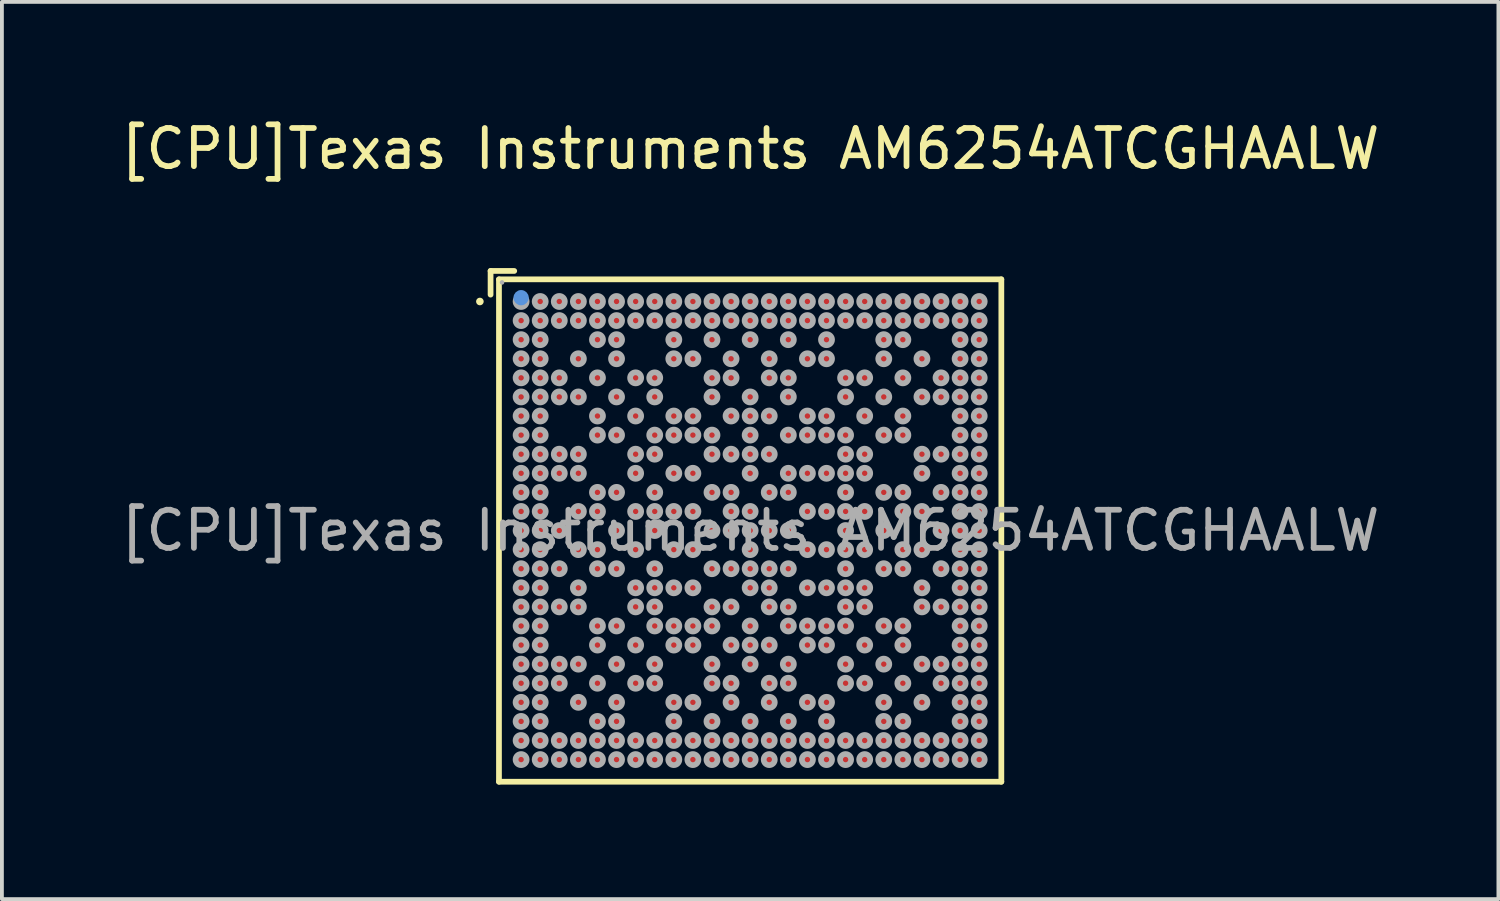
<source format=kicad_pcb>
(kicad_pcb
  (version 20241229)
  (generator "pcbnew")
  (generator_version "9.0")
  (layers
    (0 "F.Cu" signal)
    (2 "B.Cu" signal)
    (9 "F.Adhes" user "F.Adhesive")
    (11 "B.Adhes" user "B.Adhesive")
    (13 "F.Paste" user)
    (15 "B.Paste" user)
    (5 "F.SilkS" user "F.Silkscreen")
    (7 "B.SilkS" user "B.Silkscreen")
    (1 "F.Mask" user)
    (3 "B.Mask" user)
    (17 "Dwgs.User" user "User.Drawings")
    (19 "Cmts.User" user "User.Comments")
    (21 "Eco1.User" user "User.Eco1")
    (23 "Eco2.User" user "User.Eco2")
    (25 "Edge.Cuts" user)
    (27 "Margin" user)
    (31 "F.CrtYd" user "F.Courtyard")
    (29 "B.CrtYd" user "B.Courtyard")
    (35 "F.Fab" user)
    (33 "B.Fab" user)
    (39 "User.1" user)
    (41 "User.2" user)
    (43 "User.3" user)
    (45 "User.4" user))
  (footprint "[CPU]Texas Instruments AM6254ATCGHAALW"
    (layer "F.Cu")
    (at 16.601 10.848)
    (property "Reference" "[CPU]Texas Instruments AM6254ATCGHAALW" (at 0 -10 0) (layer "F.SilkS") (effects (font (size 1 1) (thickness 0.15))))
    (attr smd)
    (fp_line (start -6.8 -6.8) (end -6.18 -6.8) (stroke (width 0.15) (type solid)) (layer "F.SilkS"))
    (fp_line (start -6.8 -6.18) (end -6.8 -6.8) (stroke (width 0.15) (type solid)) (layer "F.SilkS"))
    (fp_line (start -6.58 -6.58) (end 6.58 -6.58) (stroke (width 0.15) (type solid)) (layer "F.SilkS"))
    (fp_line (start -6.58 6.58) (end -6.58 -6.58) (stroke (width 0.15) (type solid)) (layer "F.SilkS"))
    (fp_line (start 6.58 -6.58) (end 6.58 6.58) (stroke (width 0.15) (type solid)) (layer "F.SilkS"))
    (fp_line (start 6.58 6.58) (end -6.58 6.58) (stroke (width 0.15) (type solid)) (layer "F.SilkS"))
    (fp_circle (center -7.08 -6) (end -7.03 -6) (stroke (width 0.1) (type solid)) (fill no) (layer "F.SilkS"))
    (fp_circle (center -6 -6.1) (end -5.9 -6.1) (stroke (width 0.2) (type solid)) (fill no) (layer "Cmts.User"))
    (fp_circle (center -6.5 -6.5) (end -6.47 -6.5) (stroke (width 0.06) (type solid)) (fill no) (layer "F.Fab"))
    (fp_circle (center -6 -6) (end -5.93 -6) (stroke (width 0.15) (type solid)) (fill no) (layer "F.Fab"))
    (fp_circle (center -6 -5.5) (end -5.93 -5.5) (stroke (width 0.15) (type solid)) (fill no) (layer "F.Fab"))
    (fp_circle (center -6 -5) (end -5.93 -5) (stroke (width 0.15) (type solid)) (fill no) (layer "F.Fab"))
    (fp_circle (center -6 -4.5) (end -5.93 -4.5) (stroke (width 0.15) (type solid)) (fill no) (layer "F.Fab"))
    (fp_circle (center -6 -4) (end -5.93 -4) (stroke (width 0.15) (type solid)) (fill no) (layer "F.Fab"))
    (fp_circle (center -6 -3.5) (end -5.93 -3.5) (stroke (width 0.15) (type solid)) (fill no) (layer "F.Fab"))
    (fp_circle (center -6 -3) (end -5.93 -3) (stroke (width 0.15) (type solid)) (fill no) (layer "F.Fab"))
    (fp_circle (center -6 -2.5) (end -5.93 -2.5) (stroke (width 0.15) (type solid)) (fill no) (layer "F.Fab"))
    (fp_circle (center -6 -2) (end -5.93 -2) (stroke (width 0.15) (type solid)) (fill no) (layer "F.Fab"))
    (fp_circle (center -6 -1.5) (end -5.93 -1.5) (stroke (width 0.15) (type solid)) (fill no) (layer "F.Fab"))
    (fp_circle (center -6 -1) (end -5.93 -1) (stroke (width 0.15) (type solid)) (fill no) (layer "F.Fab"))
    (fp_circle (center -6 -0.5) (end -5.93 -0.5) (stroke (width 0.15) (type solid)) (fill no) (layer "F.Fab"))
    (fp_circle (center -6 0) (end -5.93 0) (stroke (width 0.15) (type solid)) (fill no) (layer "F.Fab"))
    (fp_circle (center -6 0.5) (end -5.93 0.5) (stroke (width 0.15) (type solid)) (fill no) (layer "F.Fab"))
    (fp_circle (center -6 1) (end -5.93 1) (stroke (width 0.15) (type solid)) (fill no) (layer "F.Fab"))
    (fp_circle (center -6 1.5) (end -5.93 1.5) (stroke (width 0.15) (type solid)) (fill no) (layer "F.Fab"))
    (fp_circle (center -6 2) (end -5.93 2) (stroke (width 0.15) (type solid)) (fill no) (layer "F.Fab"))
    (fp_circle (center -6 2.5) (end -5.93 2.5) (stroke (width 0.15) (type solid)) (fill no) (layer "F.Fab"))
    (fp_circle (center -6 3) (end -5.93 3) (stroke (width 0.15) (type solid)) (fill no) (layer "F.Fab"))
    (fp_circle (center -6 3.5) (end -5.93 3.5) (stroke (width 0.15) (type solid)) (fill no) (layer "F.Fab"))
    (fp_circle (center -6 4) (end -5.93 4) (stroke (width 0.15) (type solid)) (fill no) (layer "F.Fab"))
    (fp_circle (center -6 4.5) (end -5.93 4.5) (stroke (width 0.15) (type solid)) (fill no) (layer "F.Fab"))
    (fp_circle (center -6 5) (end -5.93 5) (stroke (width 0.15) (type solid)) (fill no) (layer "F.Fab"))
    (fp_circle (center -6 5.5) (end -5.93 5.5) (stroke (width 0.15) (type solid)) (fill no) (layer "F.Fab"))
    (fp_circle (center -6 6) (end -5.93 6) (stroke (width 0.15) (type solid)) (fill no) (layer "F.Fab"))
    (fp_circle (center -5.5 -6) (end -5.43 -6) (stroke (width 0.15) (type solid)) (fill no) (layer "F.Fab"))
    (fp_circle (center -5.5 -5.5) (end -5.43 -5.5) (stroke (width 0.15) (type solid)) (fill no) (layer "F.Fab"))
    (fp_circle (center -5.5 -5) (end -5.43 -5) (stroke (width 0.15) (type solid)) (fill no) (layer "F.Fab"))
    (fp_circle (center -5.5 -4.5) (end -5.43 -4.5) (stroke (width 0.15) (type solid)) (fill no) (layer "F.Fab"))
    (fp_circle (center -5.5 -4) (end -5.43 -4) (stroke (width 0.15) (type solid)) (fill no) (layer "F.Fab"))
    (fp_circle (center -5.5 -3.5) (end -5.43 -3.5) (stroke (width 0.15) (type solid)) (fill no) (layer "F.Fab"))
    (fp_circle (center -5.5 -3) (end -5.43 -3) (stroke (width 0.15) (type solid)) (fill no) (layer "F.Fab"))
    (fp_circle (center -5.5 -2.5) (end -5.43 -2.5) (stroke (width 0.15) (type solid)) (fill no) (layer "F.Fab"))
    (fp_circle (center -5.5 -2) (end -5.43 -2) (stroke (width 0.15) (type solid)) (fill no) (layer "F.Fab"))
    (fp_circle (center -5.5 -1.5) (end -5.43 -1.5) (stroke (width 0.15) (type solid)) (fill no) (layer "F.Fab"))
    (fp_circle (center -5.5 -1) (end -5.43 -1) (stroke (width 0.15) (type solid)) (fill no) (layer "F.Fab"))
    (fp_circle (center -5.5 -0.5) (end -5.43 -0.5) (stroke (width 0.15) (type solid)) (fill no) (layer "F.Fab"))
    (fp_circle (center -5.5 0) (end -5.43 0) (stroke (width 0.15) (type solid)) (fill no) (layer "F.Fab"))
    (fp_circle (center -5.5 0.5) (end -5.43 0.5) (stroke (width 0.15) (type solid)) (fill no) (layer "F.Fab"))
    (fp_circle (center -5.5 1) (end -5.43 1) (stroke (width 0.15) (type solid)) (fill no) (layer "F.Fab"))
    (fp_circle (center -5.5 1.5) (end -5.43 1.5) (stroke (width 0.15) (type solid)) (fill no) (layer "F.Fab"))
    (fp_circle (center -5.5 2) (end -5.43 2) (stroke (width 0.15) (type solid)) (fill no) (layer "F.Fab"))
    (fp_circle (center -5.5 2.5) (end -5.43 2.5) (stroke (width 0.15) (type solid)) (fill no) (layer "F.Fab"))
    (fp_circle (center -5.5 3) (end -5.43 3) (stroke (width 0.15) (type solid)) (fill no) (layer "F.Fab"))
    (fp_circle (center -5.5 3.5) (end -5.43 3.5) (stroke (width 0.15) (type solid)) (fill no) (layer "F.Fab"))
    (fp_circle (center -5.5 4) (end -5.43 4) (stroke (width 0.15) (type solid)) (fill no) (layer "F.Fab"))
    (fp_circle (center -5.5 4.5) (end -5.43 4.5) (stroke (width 0.15) (type solid)) (fill no) (layer "F.Fab"))
    (fp_circle (center -5.5 5) (end -5.43 5) (stroke (width 0.15) (type solid)) (fill no) (layer "F.Fab"))
    (fp_circle (center -5.5 5.5) (end -5.43 5.5) (stroke (width 0.15) (type solid)) (fill no) (layer "F.Fab"))
    (fp_circle (center -5.5 6) (end -5.43 6) (stroke (width 0.15) (type solid)) (fill no) (layer "F.Fab"))
    (fp_circle (center -5 -6) (end -4.93 -6) (stroke (width 0.15) (type solid)) (fill no) (layer "F.Fab"))
    (fp_circle (center -5 -5.5) (end -4.93 -5.5) (stroke (width 0.15) (type solid)) (fill no) (layer "F.Fab"))
    (fp_circle (center -5 -4) (end -4.93 -4) (stroke (width 0.15) (type solid)) (fill no) (layer "F.Fab"))
    (fp_circle (center -5 -3.5) (end -4.93 -3.5) (stroke (width 0.15) (type solid)) (fill no) (layer "F.Fab"))
    (fp_circle (center -5 -2) (end -4.93 -2) (stroke (width 0.15) (type solid)) (fill no) (layer "F.Fab"))
    (fp_circle (center -5 -1.5) (end -4.93 -1.5) (stroke (width 0.15) (type solid)) (fill no) (layer "F.Fab"))
    (fp_circle (center -5 0) (end -4.93 0) (stroke (width 0.15) (type solid)) (fill no) (layer "F.Fab"))
    (fp_circle (center -5 1) (end -4.93 1) (stroke (width 0.15) (type solid)) (fill no) (layer "F.Fab"))
    (fp_circle (center -5 2) (end -4.93 2) (stroke (width 0.15) (type solid)) (fill no) (layer "F.Fab"))
    (fp_circle (center -5 3.5) (end -4.93 3.5) (stroke (width 0.15) (type solid)) (fill no) (layer "F.Fab"))
    (fp_circle (center -5 4) (end -4.93 4) (stroke (width 0.15) (type solid)) (fill no) (layer "F.Fab"))
    (fp_circle (center -5 5.5) (end -4.93 5.5) (stroke (width 0.15) (type solid)) (fill no) (layer "F.Fab"))
    (fp_circle (center -5 6) (end -4.93 6) (stroke (width 0.15) (type solid)) (fill no) (layer "F.Fab"))
    (fp_circle (center -4.5 -6) (end -4.43 -6) (stroke (width 0.15) (type solid)) (fill no) (layer "F.Fab"))
    (fp_circle (center -4.5 -5.5) (end -4.43 -5.5) (stroke (width 0.15) (type solid)) (fill no) (layer "F.Fab"))
    (fp_circle (center -4.5 -4.5) (end -4.43 -4.5) (stroke (width 0.15) (type solid)) (fill no) (layer "F.Fab"))
    (fp_circle (center -4.5 -3.5) (end -4.43 -3.5) (stroke (width 0.15) (type solid)) (fill no) (layer "F.Fab"))
    (fp_circle (center -4.5 -2) (end -4.43 -2) (stroke (width 0.15) (type solid)) (fill no) (layer "F.Fab"))
    (fp_circle (center -4.5 -1.5) (end -4.43 -1.5) (stroke (width 0.15) (type solid)) (fill no) (layer "F.Fab"))
    (fp_circle (center -4.5 -0.5) (end -4.43 -0.5) (stroke (width 0.15) (type solid)) (fill no) (layer "F.Fab"))
    (fp_circle (center -4.5 0.5) (end -4.43 0.5) (stroke (width 0.15) (type solid)) (fill no) (layer "F.Fab"))
    (fp_circle (center -4.5 1.5) (end -4.43 1.5) (stroke (width 0.15) (type solid)) (fill no) (layer "F.Fab"))
    (fp_circle (center -4.5 2) (end -4.43 2) (stroke (width 0.15) (type solid)) (fill no) (layer "F.Fab"))
    (fp_circle (center -4.5 3.5) (end -4.43 3.5) (stroke (width 0.15) (type solid)) (fill no) (layer "F.Fab"))
    (fp_circle (center -4.5 4.5) (end -4.43 4.5) (stroke (width 0.15) (type solid)) (fill no) (layer "F.Fab"))
    (fp_circle (center -4.5 5.5) (end -4.43 5.5) (stroke (width 0.15) (type solid)) (fill no) (layer "F.Fab"))
    (fp_circle (center -4.5 6) (end -4.43 6) (stroke (width 0.15) (type solid)) (fill no) (layer "F.Fab"))
    (fp_circle (center -4 -6) (end -3.93 -6) (stroke (width 0.15) (type solid)) (fill no) (layer "F.Fab"))
    (fp_circle (center -4 -5.5) (end -3.93 -5.5) (stroke (width 0.15) (type solid)) (fill no) (layer "F.Fab"))
    (fp_circle (center -4 -5) (end -3.93 -5) (stroke (width 0.15) (type solid)) (fill no) (layer "F.Fab"))
    (fp_circle (center -4 -4) (end -3.93 -4) (stroke (width 0.15) (type solid)) (fill no) (layer "F.Fab"))
    (fp_circle (center -4 -3) (end -3.93 -3) (stroke (width 0.15) (type solid)) (fill no) (layer "F.Fab"))
    (fp_circle (center -4 -2.5) (end -3.93 -2.5) (stroke (width 0.15) (type solid)) (fill no) (layer "F.Fab"))
    (fp_circle (center -4 -1) (end -3.93 -1) (stroke (width 0.15) (type solid)) (fill no) (layer "F.Fab"))
    (fp_circle (center -4 -0.5) (end -3.93 -0.5) (stroke (width 0.15) (type solid)) (fill no) (layer "F.Fab"))
    (fp_circle (center -4 0.5) (end -3.93 0.5) (stroke (width 0.15) (type solid)) (fill no) (layer "F.Fab"))
    (fp_circle (center -4 1) (end -3.93 1) (stroke (width 0.15) (type solid)) (fill no) (layer "F.Fab"))
    (fp_circle (center -4 2.5) (end -3.93 2.5) (stroke (width 0.15) (type solid)) (fill no) (layer "F.Fab"))
    (fp_circle (center -4 3) (end -3.93 3) (stroke (width 0.15) (type solid)) (fill no) (layer "F.Fab"))
    (fp_circle (center -4 4) (end -3.93 4) (stroke (width 0.15) (type solid)) (fill no) (layer "F.Fab"))
    (fp_circle (center -4 5) (end -3.93 5) (stroke (width 0.15) (type solid)) (fill no) (layer "F.Fab"))
    (fp_circle (center -4 5.5) (end -3.93 5.5) (stroke (width 0.15) (type solid)) (fill no) (layer "F.Fab"))
    (fp_circle (center -4 6) (end -3.93 6) (stroke (width 0.15) (type solid)) (fill no) (layer "F.Fab"))
    (fp_circle (center -3.5 -6) (end -3.43 -6) (stroke (width 0.15) (type solid)) (fill no) (layer "F.Fab"))
    (fp_circle (center -3.5 -5.5) (end -3.43 -5.5) (stroke (width 0.15) (type solid)) (fill no) (layer "F.Fab"))
    (fp_circle (center -3.5 -5) (end -3.43 -5) (stroke (width 0.15) (type solid)) (fill no) (layer "F.Fab"))
    (fp_circle (center -3.5 -4.5) (end -3.43 -4.5) (stroke (width 0.15) (type solid)) (fill no) (layer "F.Fab"))
    (fp_circle (center -3.5 -3.5) (end -3.43 -3.5) (stroke (width 0.15) (type solid)) (fill no) (layer "F.Fab"))
    (fp_circle (center -3.5 -2.5) (end -3.43 -2.5) (stroke (width 0.15) (type solid)) (fill no) (layer "F.Fab"))
    (fp_circle (center -3.5 -1) (end -3.43 -1) (stroke (width 0.15) (type solid)) (fill no) (layer "F.Fab"))
    (fp_circle (center -3.5 0) (end -3.43 0) (stroke (width 0.15) (type solid)) (fill no) (layer "F.Fab"))
    (fp_circle (center -3.5 1) (end -3.43 1) (stroke (width 0.15) (type solid)) (fill no) (layer "F.Fab"))
    (fp_circle (center -3.5 2.5) (end -3.43 2.5) (stroke (width 0.15) (type solid)) (fill no) (layer "F.Fab"))
    (fp_circle (center -3.5 3.5) (end -3.43 3.5) (stroke (width 0.15) (type solid)) (fill no) (layer "F.Fab"))
    (fp_circle (center -3.5 4.5) (end -3.43 4.5) (stroke (width 0.15) (type solid)) (fill no) (layer "F.Fab"))
    (fp_circle (center -3.5 5) (end -3.43 5) (stroke (width 0.15) (type solid)) (fill no) (layer "F.Fab"))
    (fp_circle (center -3.5 5.5) (end -3.43 5.5) (stroke (width 0.15) (type solid)) (fill no) (layer "F.Fab"))
    (fp_circle (center -3.5 6) (end -3.43 6) (stroke (width 0.15) (type solid)) (fill no) (layer "F.Fab"))
    (fp_circle (center -3 -6) (end -2.93 -6) (stroke (width 0.15) (type solid)) (fill no) (layer "F.Fab"))
    (fp_circle (center -3 -5.5) (end -2.93 -5.5) (stroke (width 0.15) (type solid)) (fill no) (layer "F.Fab"))
    (fp_circle (center -3 -4) (end -2.93 -4) (stroke (width 0.15) (type solid)) (fill no) (layer "F.Fab"))
    (fp_circle (center -3 -3) (end -2.93 -3) (stroke (width 0.15) (type solid)) (fill no) (layer "F.Fab"))
    (fp_circle (center -3 -2) (end -2.93 -2) (stroke (width 0.15) (type solid)) (fill no) (layer "F.Fab"))
    (fp_circle (center -3 -1.5) (end -2.93 -1.5) (stroke (width 0.15) (type solid)) (fill no) (layer "F.Fab"))
    (fp_circle (center -3 -0.5) (end -2.93 -0.5) (stroke (width 0.15) (type solid)) (fill no) (layer "F.Fab"))
    (fp_circle (center -3 0.5) (end -2.93 0.5) (stroke (width 0.15) (type solid)) (fill no) (layer "F.Fab"))
    (fp_circle (center -3 1.5) (end -2.93 1.5) (stroke (width 0.15) (type solid)) (fill no) (layer "F.Fab"))
    (fp_circle (center -3 2) (end -2.93 2) (stroke (width 0.15) (type solid)) (fill no) (layer "F.Fab"))
    (fp_circle (center -3 3) (end -2.93 3) (stroke (width 0.15) (type solid)) (fill no) (layer "F.Fab"))
    (fp_circle (center -3 4) (end -2.93 4) (stroke (width 0.15) (type solid)) (fill no) (layer "F.Fab"))
    (fp_circle (center -3 5.5) (end -2.93 5.5) (stroke (width 0.15) (type solid)) (fill no) (layer "F.Fab"))
    (fp_circle (center -3 6) (end -2.93 6) (stroke (width 0.15) (type solid)) (fill no) (layer "F.Fab"))
    (fp_circle (center -2.5 -6) (end -2.43 -6) (stroke (width 0.15) (type solid)) (fill no) (layer "F.Fab"))
    (fp_circle (center -2.5 -5.5) (end -2.43 -5.5) (stroke (width 0.15) (type solid)) (fill no) (layer "F.Fab"))
    (fp_circle (center -2.5 -4) (end -2.43 -4) (stroke (width 0.15) (type solid)) (fill no) (layer "F.Fab"))
    (fp_circle (center -2.5 -3.5) (end -2.43 -3.5) (stroke (width 0.15) (type solid)) (fill no) (layer "F.Fab"))
    (fp_circle (center -2.5 -2.5) (end -2.43 -2.5) (stroke (width 0.15) (type solid)) (fill no) (layer "F.Fab"))
    (fp_circle (center -2.5 -2) (end -2.43 -2) (stroke (width 0.15) (type solid)) (fill no) (layer "F.Fab"))
    (fp_circle (center -2.5 -1) (end -2.43 -1) (stroke (width 0.15) (type solid)) (fill no) (layer "F.Fab"))
    (fp_circle (center -2.5 -0.5) (end -2.43 -0.5) (stroke (width 0.15) (type solid)) (fill no) (layer "F.Fab"))
    (fp_circle (center -2.5 0) (end -2.43 0) (stroke (width 0.15) (type solid)) (fill no) (layer "F.Fab"))
    (fp_circle (center -2.5 1) (end -2.43 1) (stroke (width 0.15) (type solid)) (fill no) (layer "F.Fab"))
    (fp_circle (center -2.5 1.5) (end -2.43 1.5) (stroke (width 0.15) (type solid)) (fill no) (layer "F.Fab"))
    (fp_circle (center -2.5 2) (end -2.43 2) (stroke (width 0.15) (type solid)) (fill no) (layer "F.Fab"))
    (fp_circle (center -2.5 2.5) (end -2.43 2.5) (stroke (width 0.15) (type solid)) (fill no) (layer "F.Fab"))
    (fp_circle (center -2.5 3.5) (end -2.43 3.5) (stroke (width 0.15) (type solid)) (fill no) (layer "F.Fab"))
    (fp_circle (center -2.5 4) (end -2.43 4) (stroke (width 0.15) (type solid)) (fill no) (layer "F.Fab"))
    (fp_circle (center -2.5 5.5) (end -2.43 5.5) (stroke (width 0.15) (type solid)) (fill no) (layer "F.Fab"))
    (fp_circle (center -2.5 6) (end -2.43 6) (stroke (width 0.15) (type solid)) (fill no) (layer "F.Fab"))
    (fp_circle (center -2 -6) (end -1.93 -6) (stroke (width 0.15) (type solid)) (fill no) (layer "F.Fab"))
    (fp_circle (center -2 -5.5) (end -1.93 -5.5) (stroke (width 0.15) (type solid)) (fill no) (layer "F.Fab"))
    (fp_circle (center -2 -5) (end -1.93 -5) (stroke (width 0.15) (type solid)) (fill no) (layer "F.Fab"))
    (fp_circle (center -2 -4.5) (end -1.93 -4.5) (stroke (width 0.15) (type solid)) (fill no) (layer "F.Fab"))
    (fp_circle (center -2 -3) (end -1.93 -3) (stroke (width 0.15) (type solid)) (fill no) (layer "F.Fab"))
    (fp_circle (center -2 -2.5) (end -1.93 -2.5) (stroke (width 0.15) (type solid)) (fill no) (layer "F.Fab"))
    (fp_circle (center -2 -1.5) (end -1.93 -1.5) (stroke (width 0.15) (type solid)) (fill no) (layer "F.Fab"))
    (fp_circle (center -2 -0.5) (end -1.93 -0.5) (stroke (width 0.15) (type solid)) (fill no) (layer "F.Fab"))
    (fp_circle (center -2 0.5) (end -1.93 0.5) (stroke (width 0.15) (type solid)) (fill no) (layer "F.Fab"))
    (fp_circle (center -2 1.5) (end -1.93 1.5) (stroke (width 0.15) (type solid)) (fill no) (layer "F.Fab"))
    (fp_circle (center -2 2.5) (end -1.93 2.5) (stroke (width 0.15) (type solid)) (fill no) (layer "F.Fab"))
    (fp_circle (center -2 3) (end -1.93 3) (stroke (width 0.15) (type solid)) (fill no) (layer "F.Fab"))
    (fp_circle (center -2 4.5) (end -1.93 4.5) (stroke (width 0.15) (type solid)) (fill no) (layer "F.Fab"))
    (fp_circle (center -2 5) (end -1.93 5) (stroke (width 0.15) (type solid)) (fill no) (layer "F.Fab"))
    (fp_circle (center -2 5.5) (end -1.93 5.5) (stroke (width 0.15) (type solid)) (fill no) (layer "F.Fab"))
    (fp_circle (center -2 6) (end -1.93 6) (stroke (width 0.15) (type solid)) (fill no) (layer "F.Fab"))
    (fp_circle (center -1.5 -6) (end -1.43 -6) (stroke (width 0.15) (type solid)) (fill no) (layer "F.Fab"))
    (fp_circle (center -1.5 -5.5) (end -1.43 -5.5) (stroke (width 0.15) (type solid)) (fill no) (layer "F.Fab"))
    (fp_circle (center -1.5 -4.5) (end -1.43 -4.5) (stroke (width 0.15) (type solid)) (fill no) (layer "F.Fab"))
    (fp_circle (center -1.5 -3) (end -1.43 -3) (stroke (width 0.15) (type solid)) (fill no) (layer "F.Fab"))
    (fp_circle (center -1.5 -2.5) (end -1.43 -2.5) (stroke (width 0.15) (type solid)) (fill no) (layer "F.Fab"))
    (fp_circle (center -1.5 -1.5) (end -1.43 -1.5) (stroke (width 0.15) (type solid)) (fill no) (layer "F.Fab"))
    (fp_circle (center -1.5 -0.5) (end -1.43 -0.5) (stroke (width 0.15) (type solid)) (fill no) (layer "F.Fab"))
    (fp_circle (center -1.5 0.5) (end -1.43 0.5) (stroke (width 0.15) (type solid)) (fill no) (layer "F.Fab"))
    (fp_circle (center -1.5 1.5) (end -1.43 1.5) (stroke (width 0.15) (type solid)) (fill no) (layer "F.Fab"))
    (fp_circle (center -1.5 2.5) (end -1.43 2.5) (stroke (width 0.15) (type solid)) (fill no) (layer "F.Fab"))
    (fp_circle (center -1.5 3) (end -1.43 3) (stroke (width 0.15) (type solid)) (fill no) (layer "F.Fab"))
    (fp_circle (center -1.5 4.5) (end -1.43 4.5) (stroke (width 0.15) (type solid)) (fill no) (layer "F.Fab"))
    (fp_circle (center -1.5 5.5) (end -1.43 5.5) (stroke (width 0.15) (type solid)) (fill no) (layer "F.Fab"))
    (fp_circle (center -1.5 6) (end -1.43 6) (stroke (width 0.15) (type solid)) (fill no) (layer "F.Fab"))
    (fp_circle (center -1 -6) (end -0.93 -6) (stroke (width 0.15) (type solid)) (fill no) (layer "F.Fab"))
    (fp_circle (center -1 -5.5) (end -0.93 -5.5) (stroke (width 0.15) (type solid)) (fill no) (layer "F.Fab"))
    (fp_circle (center -1 -5) (end -0.93 -5) (stroke (width 0.15) (type solid)) (fill no) (layer "F.Fab"))
    (fp_circle (center -1 -4) (end -0.93 -4) (stroke (width 0.15) (type solid)) (fill no) (layer "F.Fab"))
    (fp_circle (center -1 -3.5) (end -0.93 -3.5) (stroke (width 0.15) (type solid)) (fill no) (layer "F.Fab"))
    (fp_circle (center -1 -2.5) (end -0.93 -2.5) (stroke (width 0.15) (type solid)) (fill no) (layer "F.Fab"))
    (fp_circle (center -1 -2) (end -0.93 -2) (stroke (width 0.15) (type solid)) (fill no) (layer "F.Fab"))
    (fp_circle (center -1 -1) (end -0.93 -1) (stroke (width 0.15) (type solid)) (fill no) (layer "F.Fab"))
    (fp_circle (center -1 0) (end -0.93 0) (stroke (width 0.15) (type solid)) (fill no) (layer "F.Fab"))
    (fp_circle (center -1 1) (end -0.93 1) (stroke (width 0.15) (type solid)) (fill no) (layer "F.Fab"))
    (fp_circle (center -1 2) (end -0.93 2) (stroke (width 0.15) (type solid)) (fill no) (layer "F.Fab"))
    (fp_circle (center -1 2.5) (end -0.93 2.5) (stroke (width 0.15) (type solid)) (fill no) (layer "F.Fab"))
    (fp_circle (center -1 3.5) (end -0.93 3.5) (stroke (width 0.15) (type solid)) (fill no) (layer "F.Fab"))
    (fp_circle (center -1 4) (end -0.93 4) (stroke (width 0.15) (type solid)) (fill no) (layer "F.Fab"))
    (fp_circle (center -1 5) (end -0.93 5) (stroke (width 0.15) (type solid)) (fill no) (layer "F.Fab"))
    (fp_circle (center -1 5.5) (end -0.93 5.5) (stroke (width 0.15) (type solid)) (fill no) (layer "F.Fab"))
    (fp_circle (center -1 6) (end -0.93 6) (stroke (width 0.15) (type solid)) (fill no) (layer "F.Fab"))
    (fp_circle (center -0.5 -6) (end -0.43 -6) (stroke (width 0.15) (type solid)) (fill no) (layer "F.Fab"))
    (fp_circle (center -0.5 -5.5) (end -0.43 -5.5) (stroke (width 0.15) (type solid)) (fill no) (layer "F.Fab"))
    (fp_circle (center -0.5 -4.5) (end -0.43 -4.5) (stroke (width 0.15) (type solid)) (fill no) (layer "F.Fab"))
    (fp_circle (center -0.5 -4) (end -0.43 -4) (stroke (width 0.15) (type solid)) (fill no) (layer "F.Fab"))
    (fp_circle (center -0.5 -3) (end -0.43 -3) (stroke (width 0.15) (type solid)) (fill no) (layer "F.Fab"))
    (fp_circle (center -0.5 -2) (end -0.43 -2) (stroke (width 0.15) (type solid)) (fill no) (layer "F.Fab"))
    (fp_circle (center -0.5 -1) (end -0.43 -1) (stroke (width 0.15) (type solid)) (fill no) (layer "F.Fab"))
    (fp_circle (center -0.5 -0.5) (end -0.43 -0.5) (stroke (width 0.15) (type solid)) (fill no) (layer "F.Fab"))
    (fp_circle (center -0.5 0) (end -0.43 0) (stroke (width 0.15) (type solid)) (fill no) (layer "F.Fab"))
    (fp_circle (center -0.5 1) (end -0.43 1) (stroke (width 0.15) (type solid)) (fill no) (layer "F.Fab"))
    (fp_circle (center -0.5 2) (end -0.43 2) (stroke (width 0.15) (type solid)) (fill no) (layer "F.Fab"))
    (fp_circle (center -0.5 3) (end -0.43 3) (stroke (width 0.15) (type solid)) (fill no) (layer "F.Fab"))
    (fp_circle (center -0.5 4) (end -0.43 4) (stroke (width 0.15) (type solid)) (fill no) (layer "F.Fab"))
    (fp_circle (center -0.5 4.5) (end -0.43 4.5) (stroke (width 0.15) (type solid)) (fill no) (layer "F.Fab"))
    (fp_circle (center -0.5 5.5) (end -0.43 5.5) (stroke (width 0.15) (type solid)) (fill no) (layer "F.Fab"))
    (fp_circle (center -0.5 6) (end -0.43 6) (stroke (width 0.15) (type solid)) (fill no) (layer "F.Fab"))
    (fp_circle (center 0 -6) (end 0.07 -6) (stroke (width 0.15) (type solid)) (fill no) (layer "F.Fab"))
    (fp_circle (center 0 -5.5) (end 0.07 -5.5) (stroke (width 0.15) (type solid)) (fill no) (layer "F.Fab"))
    (fp_circle (center 0 -5) (end 0.07 -5) (stroke (width 0.15) (type solid)) (fill no) (layer "F.Fab"))
    (fp_circle (center 0 -3.5) (end 0.07 -3.5) (stroke (width 0.15) (type solid)) (fill no) (layer "F.Fab"))
    (fp_circle (center 0 -3) (end 0.07 -3) (stroke (width 0.15) (type solid)) (fill no) (layer "F.Fab"))
    (fp_circle (center 0 -2.5) (end 0.07 -2.5) (stroke (width 0.15) (type solid)) (fill no) (layer "F.Fab"))
    (fp_circle (center 0 -2) (end 0.07 -2) (stroke (width 0.15) (type solid)) (fill no) (layer "F.Fab"))
    (fp_circle (center 0 -1.5) (end 0.07 -1.5) (stroke (width 0.15) (type solid)) (fill no) (layer "F.Fab"))
    (fp_circle (center 0 -0.5) (end 0.07 -0.5) (stroke (width 0.15) (type solid)) (fill no) (layer "F.Fab"))
    (fp_circle (center 0 0) (end 0.07 0) (stroke (width 0.15) (type solid)) (fill no) (layer "F.Fab"))
    (fp_circle (center 0 0.5) (end 0.07 0.5) (stroke (width 0.15) (type solid)) (fill no) (layer "F.Fab"))
    (fp_circle (center 0 1) (end 0.07 1) (stroke (width 0.15) (type solid)) (fill no) (layer "F.Fab"))
    (fp_circle (center 0 1.5) (end 0.07 1.5) (stroke (width 0.15) (type solid)) (fill no) (layer "F.Fab"))
    (fp_circle (center 0 2.5) (end 0.07 2.5) (stroke (width 0.15) (type solid)) (fill no) (layer "F.Fab"))
    (fp_circle (center 0 3) (end 0.07 3) (stroke (width 0.15) (type solid)) (fill no) (layer "F.Fab"))
    (fp_circle (center 0 3.5) (end 0.07 3.5) (stroke (width 0.15) (type solid)) (fill no) (layer "F.Fab"))
    (fp_circle (center 0 5) (end 0.07 5) (stroke (width 0.15) (type solid)) (fill no) (layer "F.Fab"))
    (fp_circle (center 0 5.5) (end 0.07 5.5) (stroke (width 0.15) (type solid)) (fill no) (layer "F.Fab"))
    (fp_circle (center 0 6) (end 0.07 6) (stroke (width 0.15) (type solid)) (fill no) (layer "F.Fab"))
    (fp_circle (center 0.5 -6) (end 0.57 -6) (stroke (width 0.15) (type solid)) (fill no) (layer "F.Fab"))
    (fp_circle (center 0.5 -5.5) (end 0.57 -5.5) (stroke (width 0.15) (type solid)) (fill no) (layer "F.Fab"))
    (fp_circle (center 0.5 -4.5) (end 0.57 -4.5) (stroke (width 0.15) (type solid)) (fill no) (layer "F.Fab"))
    (fp_circle (center 0.5 -4) (end 0.57 -4) (stroke (width 0.15) (type solid)) (fill no) (layer "F.Fab"))
    (fp_circle (center 0.5 -3) (end 0.57 -3) (stroke (width 0.15) (type solid)) (fill no) (layer "F.Fab"))
    (fp_circle (center 0.5 -2) (end 0.57 -2) (stroke (width 0.15) (type solid)) (fill no) (layer "F.Fab"))
    (fp_circle (center 0.5 -1) (end 0.57 -1) (stroke (width 0.15) (type solid)) (fill no) (layer "F.Fab"))
    (fp_circle (center 0.5 0) (end 0.57 0) (stroke (width 0.15) (type solid)) (fill no) (layer "F.Fab"))
    (fp_circle (center 0.5 1) (end 0.57 1) (stroke (width 0.15) (type solid)) (fill no) (layer "F.Fab"))
    (fp_circle (center 0.5 1.5) (end 0.57 1.5) (stroke (width 0.15) (type solid)) (fill no) (layer "F.Fab"))
    (fp_circle (center 0.5 2) (end 0.57 2) (stroke (width 0.15) (type solid)) (fill no) (layer "F.Fab"))
    (fp_circle (center 0.5 3) (end 0.57 3) (stroke (width 0.15) (type solid)) (fill no) (layer "F.Fab"))
    (fp_circle (center 0.5 4) (end 0.57 4) (stroke (width 0.15) (type solid)) (fill no) (layer "F.Fab"))
    (fp_circle (center 0.5 4.5) (end 0.57 4.5) (stroke (width 0.15) (type solid)) (fill no) (layer "F.Fab"))
    (fp_circle (center 0.5 5.5) (end 0.57 5.5) (stroke (width 0.15) (type solid)) (fill no) (layer "F.Fab"))
    (fp_circle (center 0.5 6) (end 0.57 6) (stroke (width 0.15) (type solid)) (fill no) (layer "F.Fab"))
    (fp_circle (center 1 -6) (end 1.07 -6) (stroke (width 0.15) (type solid)) (fill no) (layer "F.Fab"))
    (fp_circle (center 1 -5.5) (end 1.07 -5.5) (stroke (width 0.15) (type solid)) (fill no) (layer "F.Fab"))
    (fp_circle (center 1 -5) (end 1.07 -5) (stroke (width 0.15) (type solid)) (fill no) (layer "F.Fab"))
    (fp_circle (center 1 -4) (end 1.07 -4) (stroke (width 0.15) (type solid)) (fill no) (layer "F.Fab"))
    (fp_circle (center 1 -3.5) (end 1.07 -3.5) (stroke (width 0.15) (type solid)) (fill no) (layer "F.Fab"))
    (fp_circle (center 1 -2.5) (end 1.07 -2.5) (stroke (width 0.15) (type solid)) (fill no) (layer "F.Fab"))
    (fp_circle (center 1 -1.5) (end 1.07 -1.5) (stroke (width 0.15) (type solid)) (fill no) (layer "F.Fab"))
    (fp_circle (center 1 -1) (end 1.07 -1) (stroke (width 0.15) (type solid)) (fill no) (layer "F.Fab"))
    (fp_circle (center 1 0) (end 1.07 0) (stroke (width 0.15) (type solid)) (fill no) (layer "F.Fab"))
    (fp_circle (center 1 1) (end 1.07 1) (stroke (width 0.15) (type solid)) (fill no) (layer "F.Fab"))
    (fp_circle (center 1 2) (end 1.07 2) (stroke (width 0.15) (type solid)) (fill no) (layer "F.Fab"))
    (fp_circle (center 1 2.5) (end 1.07 2.5) (stroke (width 0.15) (type solid)) (fill no) (layer "F.Fab"))
    (fp_circle (center 1 3.5) (end 1.07 3.5) (stroke (width 0.15) (type solid)) (fill no) (layer "F.Fab"))
    (fp_circle (center 1 4) (end 1.07 4) (stroke (width 0.15) (type solid)) (fill no) (layer "F.Fab"))
    (fp_circle (center 1 5) (end 1.07 5) (stroke (width 0.15) (type solid)) (fill no) (layer "F.Fab"))
    (fp_circle (center 1 5.5) (end 1.07 5.5) (stroke (width 0.15) (type solid)) (fill no) (layer "F.Fab"))
    (fp_circle (center 1 6) (end 1.07 6) (stroke (width 0.15) (type solid)) (fill no) (layer "F.Fab"))
    (fp_circle (center 1.5 -6) (end 1.57 -6) (stroke (width 0.15) (type solid)) (fill no) (layer "F.Fab"))
    (fp_circle (center 1.5 -5.5) (end 1.57 -5.5) (stroke (width 0.15) (type solid)) (fill no) (layer "F.Fab"))
    (fp_circle (center 1.5 -4.5) (end 1.57 -4.5) (stroke (width 0.15) (type solid)) (fill no) (layer "F.Fab"))
    (fp_circle (center 1.5 -3) (end 1.57 -3) (stroke (width 0.15) (type solid)) (fill no) (layer "F.Fab"))
    (fp_circle (center 1.5 -2.5) (end 1.57 -2.5) (stroke (width 0.15) (type solid)) (fill no) (layer "F.Fab"))
    (fp_circle (center 1.5 -1.5) (end 1.57 -1.5) (stroke (width 0.15) (type solid)) (fill no) (layer "F.Fab"))
    (fp_circle (center 1.5 -0.5) (end 1.57 -0.5) (stroke (width 0.15) (type solid)) (fill no) (layer "F.Fab"))
    (fp_circle (center 1.5 0.5) (end 1.57 0.5) (stroke (width 0.15) (type solid)) (fill no) (layer "F.Fab"))
    (fp_circle (center 1.5 1.5) (end 1.57 1.5) (stroke (width 0.15) (type solid)) (fill no) (layer "F.Fab"))
    (fp_circle (center 1.5 2.5) (end 1.57 2.5) (stroke (width 0.15) (type solid)) (fill no) (layer "F.Fab"))
    (fp_circle (center 1.5 3) (end 1.57 3) (stroke (width 0.15) (type solid)) (fill no) (layer "F.Fab"))
    (fp_circle (center 1.5 4.5) (end 1.57 4.5) (stroke (width 0.15) (type solid)) (fill no) (layer "F.Fab"))
    (fp_circle (center 1.5 5.5) (end 1.57 5.5) (stroke (width 0.15) (type solid)) (fill no) (layer "F.Fab"))
    (fp_circle (center 1.5 6) (end 1.57 6) (stroke (width 0.15) (type solid)) (fill no) (layer "F.Fab"))
    (fp_circle (center 2 -6) (end 2.07 -6) (stroke (width 0.15) (type solid)) (fill no) (layer "F.Fab"))
    (fp_circle (center 2 -5.5) (end 2.07 -5.5) (stroke (width 0.15) (type solid)) (fill no) (layer "F.Fab"))
    (fp_circle (center 2 -5) (end 2.07 -5) (stroke (width 0.15) (type solid)) (fill no) (layer "F.Fab"))
    (fp_circle (center 2 -4.5) (end 2.07 -4.5) (stroke (width 0.15) (type solid)) (fill no) (layer "F.Fab"))
    (fp_circle (center 2 -3) (end 2.07 -3) (stroke (width 0.15) (type solid)) (fill no) (layer "F.Fab"))
    (fp_circle (center 2 -2.5) (end 2.07 -2.5) (stroke (width 0.15) (type solid)) (fill no) (layer "F.Fab"))
    (fp_circle (center 2 -1.5) (end 2.07 -1.5) (stroke (width 0.15) (type solid)) (fill no) (layer "F.Fab"))
    (fp_circle (center 2 -0.5) (end 2.07 -0.5) (stroke (width 0.15) (type solid)) (fill no) (layer "F.Fab"))
    (fp_circle (center 2 0.5) (end 2.07 0.5) (stroke (width 0.15) (type solid)) (fill no) (layer "F.Fab"))
    (fp_circle (center 2 1.5) (end 2.07 1.5) (stroke (width 0.15) (type solid)) (fill no) (layer "F.Fab"))
    (fp_circle (center 2 2.5) (end 2.07 2.5) (stroke (width 0.15) (type solid)) (fill no) (layer "F.Fab"))
    (fp_circle (center 2 3) (end 2.07 3) (stroke (width 0.15) (type solid)) (fill no) (layer "F.Fab"))
    (fp_circle (center 2 4.5) (end 2.07 4.5) (stroke (width 0.15) (type solid)) (fill no) (layer "F.Fab"))
    (fp_circle (center 2 5) (end 2.07 5) (stroke (width 0.15) (type solid)) (fill no) (layer "F.Fab"))
    (fp_circle (center 2 5.5) (end 2.07 5.5) (stroke (width 0.15) (type solid)) (fill no) (layer "F.Fab"))
    (fp_circle (center 2 6) (end 2.07 6) (stroke (width 0.15) (type solid)) (fill no) (layer "F.Fab"))
    (fp_circle (center 2.5 -6) (end 2.57 -6) (stroke (width 0.15) (type solid)) (fill no) (layer "F.Fab"))
    (fp_circle (center 2.5 -5.5) (end 2.57 -5.5) (stroke (width 0.15) (type solid)) (fill no) (layer "F.Fab"))
    (fp_circle (center 2.5 -4) (end 2.57 -4) (stroke (width 0.15) (type solid)) (fill no) (layer "F.Fab"))
    (fp_circle (center 2.5 -3.5) (end 2.57 -3.5) (stroke (width 0.15) (type solid)) (fill no) (layer "F.Fab"))
    (fp_circle (center 2.5 -2.5) (end 2.57 -2.5) (stroke (width 0.15) (type solid)) (fill no) (layer "F.Fab"))
    (fp_circle (center 2.5 -2) (end 2.57 -2) (stroke (width 0.15) (type solid)) (fill no) (layer "F.Fab"))
    (fp_circle (center 2.5 -1.5) (end 2.57 -1.5) (stroke (width 0.15) (type solid)) (fill no) (layer "F.Fab"))
    (fp_circle (center 2.5 -1) (end 2.57 -1) (stroke (width 0.15) (type solid)) (fill no) (layer "F.Fab"))
    (fp_circle (center 2.5 -0.5) (end 2.57 -0.5) (stroke (width 0.15) (type solid)) (fill no) (layer "F.Fab"))
    (fp_circle (center 2.5 0) (end 2.57 0) (stroke (width 0.15) (type solid)) (fill no) (layer "F.Fab"))
    (fp_circle (center 2.5 0.5) (end 2.57 0.5) (stroke (width 0.15) (type solid)) (fill no) (layer "F.Fab"))
    (fp_circle (center 2.5 1) (end 2.57 1) (stroke (width 0.15) (type solid)) (fill no) (layer "F.Fab"))
    (fp_circle (center 2.5 1.5) (end 2.57 1.5) (stroke (width 0.15) (type solid)) (fill no) (layer "F.Fab"))
    (fp_circle (center 2.5 2) (end 2.57 2) (stroke (width 0.15) (type solid)) (fill no) (layer "F.Fab"))
    (fp_circle (center 2.5 2.5) (end 2.57 2.5) (stroke (width 0.15) (type solid)) (fill no) (layer "F.Fab"))
    (fp_circle (center 2.5 3.5) (end 2.57 3.5) (stroke (width 0.15) (type solid)) (fill no) (layer "F.Fab"))
    (fp_circle (center 2.5 4) (end 2.57 4) (stroke (width 0.15) (type solid)) (fill no) (layer "F.Fab"))
    (fp_circle (center 2.5 5.5) (end 2.57 5.5) (stroke (width 0.15) (type solid)) (fill no) (layer "F.Fab"))
    (fp_circle (center 2.5 6) (end 2.57 6) (stroke (width 0.15) (type solid)) (fill no) (layer "F.Fab"))
    (fp_circle (center 3 -6) (end 3.07 -6) (stroke (width 0.15) (type solid)) (fill no) (layer "F.Fab"))
    (fp_circle (center 3 -5.5) (end 3.07 -5.5) (stroke (width 0.15) (type solid)) (fill no) (layer "F.Fab"))
    (fp_circle (center 3 -4) (end 3.07 -4) (stroke (width 0.15) (type solid)) (fill no) (layer "F.Fab"))
    (fp_circle (center 3 -3) (end 3.07 -3) (stroke (width 0.15) (type solid)) (fill no) (layer "F.Fab"))
    (fp_circle (center 3 -2) (end 3.07 -2) (stroke (width 0.15) (type solid)) (fill no) (layer "F.Fab"))
    (fp_circle (center 3 -1.5) (end 3.07 -1.5) (stroke (width 0.15) (type solid)) (fill no) (layer "F.Fab"))
    (fp_circle (center 3 -0.5) (end 3.07 -0.5) (stroke (width 0.15) (type solid)) (fill no) (layer "F.Fab"))
    (fp_circle (center 3 0.5) (end 3.07 0.5) (stroke (width 0.15) (type solid)) (fill no) (layer "F.Fab"))
    (fp_circle (center 3 1.5) (end 3.07 1.5) (stroke (width 0.15) (type solid)) (fill no) (layer "F.Fab"))
    (fp_circle (center 3 2) (end 3.07 2) (stroke (width 0.15) (type solid)) (fill no) (layer "F.Fab"))
    (fp_circle (center 3 3) (end 3.07 3) (stroke (width 0.15) (type solid)) (fill no) (layer "F.Fab"))
    (fp_circle (center 3 4) (end 3.07 4) (stroke (width 0.15) (type solid)) (fill no) (layer "F.Fab"))
    (fp_circle (center 3 5.5) (end 3.07 5.5) (stroke (width 0.15) (type solid)) (fill no) (layer "F.Fab"))
    (fp_circle (center 3 6) (end 3.07 6) (stroke (width 0.15) (type solid)) (fill no) (layer "F.Fab"))
    (fp_circle (center 3.5 -6) (end 3.57 -6) (stroke (width 0.15) (type solid)) (fill no) (layer "F.Fab"))
    (fp_circle (center 3.5 -5.5) (end 3.57 -5.5) (stroke (width 0.15) (type solid)) (fill no) (layer "F.Fab"))
    (fp_circle (center 3.5 -5) (end 3.57 -5) (stroke (width 0.15) (type solid)) (fill no) (layer "F.Fab"))
    (fp_circle (center 3.5 -4.5) (end 3.57 -4.5) (stroke (width 0.15) (type solid)) (fill no) (layer "F.Fab"))
    (fp_circle (center 3.5 -3.5) (end 3.57 -3.5) (stroke (width 0.15) (type solid)) (fill no) (layer "F.Fab"))
    (fp_circle (center 3.5 -2.5) (end 3.57 -2.5) (stroke (width 0.15) (type solid)) (fill no) (layer "F.Fab"))
    (fp_circle (center 3.5 -1) (end 3.57 -1) (stroke (width 0.15) (type solid)) (fill no) (layer "F.Fab"))
    (fp_circle (center 3.5 0) (end 3.57 0) (stroke (width 0.15) (type solid)) (fill no) (layer "F.Fab"))
    (fp_circle (center 3.5 1) (end 3.57 1) (stroke (width 0.15) (type solid)) (fill no) (layer "F.Fab"))
    (fp_circle (center 3.5 2.5) (end 3.57 2.5) (stroke (width 0.15) (type solid)) (fill no) (layer "F.Fab"))
    (fp_circle (center 3.5 3.5) (end 3.57 3.5) (stroke (width 0.15) (type solid)) (fill no) (layer "F.Fab"))
    (fp_circle (center 3.5 4.5) (end 3.57 4.5) (stroke (width 0.15) (type solid)) (fill no) (layer "F.Fab"))
    (fp_circle (center 3.5 5) (end 3.57 5) (stroke (width 0.15) (type solid)) (fill no) (layer "F.Fab"))
    (fp_circle (center 3.5 5.5) (end 3.57 5.5) (stroke (width 0.15) (type solid)) (fill no) (layer "F.Fab"))
    (fp_circle (center 3.5 6) (end 3.57 6) (stroke (width 0.15) (type solid)) (fill no) (layer "F.Fab"))
    (fp_circle (center 4 -6) (end 4.07 -6) (stroke (width 0.15) (type solid)) (fill no) (layer "F.Fab"))
    (fp_circle (center 4 -5.5) (end 4.07 -5.5) (stroke (width 0.15) (type solid)) (fill no) (layer "F.Fab"))
    (fp_circle (center 4 -5) (end 4.07 -5) (stroke (width 0.15) (type solid)) (fill no) (layer "F.Fab"))
    (fp_circle (center 4 -4) (end 4.07 -4) (stroke (width 0.15) (type solid)) (fill no) (layer "F.Fab"))
    (fp_circle (center 4 -3) (end 4.07 -3) (stroke (width 0.15) (type solid)) (fill no) (layer "F.Fab"))
    (fp_circle (center 4 -2.5) (end 4.07 -2.5) (stroke (width 0.15) (type solid)) (fill no) (layer "F.Fab"))
    (fp_circle (center 4 -1) (end 4.07 -1) (stroke (width 0.15) (type solid)) (fill no) (layer "F.Fab"))
    (fp_circle (center 4 -0.5) (end 4.07 -0.5) (stroke (width 0.15) (type solid)) (fill no) (layer "F.Fab"))
    (fp_circle (center 4 0.5) (end 4.07 0.5) (stroke (width 0.15) (type solid)) (fill no) (layer "F.Fab"))
    (fp_circle (center 4 1) (end 4.07 1) (stroke (width 0.15) (type solid)) (fill no) (layer "F.Fab"))
    (fp_circle (center 4 2.5) (end 4.07 2.5) (stroke (width 0.15) (type solid)) (fill no) (layer "F.Fab"))
    (fp_circle (center 4 3) (end 4.07 3) (stroke (width 0.15) (type solid)) (fill no) (layer "F.Fab"))
    (fp_circle (center 4 4) (end 4.07 4) (stroke (width 0.15) (type solid)) (fill no) (layer "F.Fab"))
    (fp_circle (center 4 5) (end 4.07 5) (stroke (width 0.15) (type solid)) (fill no) (layer "F.Fab"))
    (fp_circle (center 4 5.5) (end 4.07 5.5) (stroke (width 0.15) (type solid)) (fill no) (layer "F.Fab"))
    (fp_circle (center 4 6) (end 4.07 6) (stroke (width 0.15) (type solid)) (fill no) (layer "F.Fab"))
    (fp_circle (center 4.5 -6) (end 4.57 -6) (stroke (width 0.15) (type solid)) (fill no) (layer "F.Fab"))
    (fp_circle (center 4.5 -5.5) (end 4.57 -5.5) (stroke (width 0.15) (type solid)) (fill no) (layer "F.Fab"))
    (fp_circle (center 4.5 -4.5) (end 4.57 -4.5) (stroke (width 0.15) (type solid)) (fill no) (layer "F.Fab"))
    (fp_circle (center 4.5 -3.5) (end 4.57 -3.5) (stroke (width 0.15) (type solid)) (fill no) (layer "F.Fab"))
    (fp_circle (center 4.5 -2) (end 4.57 -2) (stroke (width 0.15) (type solid)) (fill no) (layer "F.Fab"))
    (fp_circle (center 4.5 -1.5) (end 4.57 -1.5) (stroke (width 0.15) (type solid)) (fill no) (layer "F.Fab"))
    (fp_circle (center 4.5 -0.5) (end 4.57 -0.5) (stroke (width 0.15) (type solid)) (fill no) (layer "F.Fab"))
    (fp_circle (center 4.5 0.5) (end 4.57 0.5) (stroke (width 0.15) (type solid)) (fill no) (layer "F.Fab"))
    (fp_circle (center 4.5 1.5) (end 4.57 1.5) (stroke (width 0.15) (type solid)) (fill no) (layer "F.Fab"))
    (fp_circle (center 4.5 2) (end 4.57 2) (stroke (width 0.15) (type solid)) (fill no) (layer "F.Fab"))
    (fp_circle (center 4.5 3.5) (end 4.57 3.5) (stroke (width 0.15) (type solid)) (fill no) (layer "F.Fab"))
    (fp_circle (center 4.5 4.5) (end 4.57 4.5) (stroke (width 0.15) (type solid)) (fill no) (layer "F.Fab"))
    (fp_circle (center 4.5 5.5) (end 4.57 5.5) (stroke (width 0.15) (type solid)) (fill no) (layer "F.Fab"))
    (fp_circle (center 4.5 6) (end 4.57 6) (stroke (width 0.15) (type solid)) (fill no) (layer "F.Fab"))
    (fp_circle (center 5 -6) (end 5.07 -6) (stroke (width 0.15) (type solid)) (fill no) (layer "F.Fab"))
    (fp_circle (center 5 -5.5) (end 5.07 -5.5) (stroke (width 0.15) (type solid)) (fill no) (layer "F.Fab"))
    (fp_circle (center 5 -4) (end 5.07 -4) (stroke (width 0.15) (type solid)) (fill no) (layer "F.Fab"))
    (fp_circle (center 5 -3.5) (end 5.07 -3.5) (stroke (width 0.15) (type solid)) (fill no) (layer "F.Fab"))
    (fp_circle (center 5 -2) (end 5.07 -2) (stroke (width 0.15) (type solid)) (fill no) (layer "F.Fab"))
    (fp_circle (center 5 -1) (end 5.07 -1) (stroke (width 0.15) (type solid)) (fill no) (layer "F.Fab"))
    (fp_circle (center 5 0) (end 5.07 0) (stroke (width 0.15) (type solid)) (fill no) (layer "F.Fab"))
    (fp_circle (center 5 1) (end 5.07 1) (stroke (width 0.15) (type solid)) (fill no) (layer "F.Fab"))
    (fp_circle (center 5 2) (end 5.07 2) (stroke (width 0.15) (type solid)) (fill no) (layer "F.Fab"))
    (fp_circle (center 5 3.5) (end 5.07 3.5) (stroke (width 0.15) (type solid)) (fill no) (layer "F.Fab"))
    (fp_circle (center 5 4) (end 5.07 4) (stroke (width 0.15) (type solid)) (fill no) (layer "F.Fab"))
    (fp_circle (center 5 5.5) (end 5.07 5.5) (stroke (width 0.15) (type solid)) (fill no) (layer "F.Fab"))
    (fp_circle (center 5 6) (end 5.07 6) (stroke (width 0.15) (type solid)) (fill no) (layer "F.Fab"))
    (fp_circle (center 5.5 -6) (end 5.57 -6) (stroke (width 0.15) (type solid)) (fill no) (layer "F.Fab"))
    (fp_circle (center 5.5 -5.5) (end 5.57 -5.5) (stroke (width 0.15) (type solid)) (fill no) (layer "F.Fab"))
    (fp_circle (center 5.5 -5) (end 5.57 -5) (stroke (width 0.15) (type solid)) (fill no) (layer "F.Fab"))
    (fp_circle (center 5.5 -4.5) (end 5.57 -4.5) (stroke (width 0.15) (type solid)) (fill no) (layer "F.Fab"))
    (fp_circle (center 5.5 -4) (end 5.57 -4) (stroke (width 0.15) (type solid)) (fill no) (layer "F.Fab"))
    (fp_circle (center 5.5 -3.5) (end 5.57 -3.5) (stroke (width 0.15) (type solid)) (fill no) (layer "F.Fab"))
    (fp_circle (center 5.5 -3) (end 5.57 -3) (stroke (width 0.15) (type solid)) (fill no) (layer "F.Fab"))
    (fp_circle (center 5.5 -2.5) (end 5.57 -2.5) (stroke (width 0.15) (type solid)) (fill no) (layer "F.Fab"))
    (fp_circle (center 5.5 -2) (end 5.57 -2) (stroke (width 0.15) (type solid)) (fill no) (layer "F.Fab"))
    (fp_circle (center 5.5 -1.5) (end 5.57 -1.5) (stroke (width 0.15) (type solid)) (fill no) (layer "F.Fab"))
    (fp_circle (center 5.5 -1) (end 5.57 -1) (stroke (width 0.15) (type solid)) (fill no) (layer "F.Fab"))
    (fp_circle (center 5.5 -0.5) (end 5.57 -0.5) (stroke (width 0.15) (type solid)) (fill no) (layer "F.Fab"))
    (fp_circle (center 5.5 0) (end 5.57 0) (stroke (width 0.15) (type solid)) (fill no) (layer "F.Fab"))
    (fp_circle (center 5.5 0.5) (end 5.57 0.5) (stroke (width 0.15) (type solid)) (fill no) (layer "F.Fab"))
    (fp_circle (center 5.5 1) (end 5.57 1) (stroke (width 0.15) (type solid)) (fill no) (layer "F.Fab"))
    (fp_circle (center 5.5 1.5) (end 5.57 1.5) (stroke (width 0.15) (type solid)) (fill no) (layer "F.Fab"))
    (fp_circle (center 5.5 2) (end 5.57 2) (stroke (width 0.15) (type solid)) (fill no) (layer "F.Fab"))
    (fp_circle (center 5.5 2.5) (end 5.57 2.5) (stroke (width 0.15) (type solid)) (fill no) (layer "F.Fab"))
    (fp_circle (center 5.5 3) (end 5.57 3) (stroke (width 0.15) (type solid)) (fill no) (layer "F.Fab"))
    (fp_circle (center 5.5 3.5) (end 5.57 3.5) (stroke (width 0.15) (type solid)) (fill no) (layer "F.Fab"))
    (fp_circle (center 5.5 4) (end 5.57 4) (stroke (width 0.15) (type solid)) (fill no) (layer "F.Fab"))
    (fp_circle (center 5.5 4.5) (end 5.57 4.5) (stroke (width 0.15) (type solid)) (fill no) (layer "F.Fab"))
    (fp_circle (center 5.5 5) (end 5.57 5) (stroke (width 0.15) (type solid)) (fill no) (layer "F.Fab"))
    (fp_circle (center 5.5 5.5) (end 5.57 5.5) (stroke (width 0.15) (type solid)) (fill no) (layer "F.Fab"))
    (fp_circle (center 5.5 6) (end 5.57 6) (stroke (width 0.15) (type solid)) (fill no) (layer "F.Fab"))
    (fp_circle (center 6 -6) (end 6.07 -6) (stroke (width 0.15) (type solid)) (fill no) (layer "F.Fab"))
    (fp_circle (center 6 -5.5) (end 6.07 -5.5) (stroke (width 0.15) (type solid)) (fill no) (layer "F.Fab"))
    (fp_circle (center 6 -5) (end 6.07 -5) (stroke (width 0.15) (type solid)) (fill no) (layer "F.Fab"))
    (fp_circle (center 6 -4.5) (end 6.07 -4.5) (stroke (width 0.15) (type solid)) (fill no) (layer "F.Fab"))
    (fp_circle (center 6 -4) (end 6.07 -4) (stroke (width 0.15) (type solid)) (fill no) (layer "F.Fab"))
    (fp_circle (center 6 -3.5) (end 6.07 -3.5) (stroke (width 0.15) (type solid)) (fill no) (layer "F.Fab"))
    (fp_circle (center 6 -3) (end 6.07 -3) (stroke (width 0.15) (type solid)) (fill no) (layer "F.Fab"))
    (fp_circle (center 6 -2.5) (end 6.07 -2.5) (stroke (width 0.15) (type solid)) (fill no) (layer "F.Fab"))
    (fp_circle (center 6 -2) (end 6.07 -2) (stroke (width 0.15) (type solid)) (fill no) (layer "F.Fab"))
    (fp_circle (center 6 -1.5) (end 6.07 -1.5) (stroke (width 0.15) (type solid)) (fill no) (layer "F.Fab"))
    (fp_circle (center 6 -1) (end 6.07 -1) (stroke (width 0.15) (type solid)) (fill no) (layer "F.Fab"))
    (fp_circle (center 6 -0.5) (end 6.07 -0.5) (stroke (width 0.15) (type solid)) (fill no) (layer "F.Fab"))
    (fp_circle (center 6 0) (end 6.07 0) (stroke (width 0.15) (type solid)) (fill no) (layer "F.Fab"))
    (fp_circle (center 6 0.5) (end 6.07 0.5) (stroke (width 0.15) (type solid)) (fill no) (layer "F.Fab"))
    (fp_circle (center 6 1) (end 6.07 1) (stroke (width 0.15) (type solid)) (fill no) (layer "F.Fab"))
    (fp_circle (center 6 1.5) (end 6.07 1.5) (stroke (width 0.15) (type solid)) (fill no) (layer "F.Fab"))
    (fp_circle (center 6 2) (end 6.07 2) (stroke (width 0.15) (type solid)) (fill no) (layer "F.Fab"))
    (fp_circle (center 6 2.5) (end 6.07 2.5) (stroke (width 0.15) (type solid)) (fill no) (layer "F.Fab"))
    (fp_circle (center 6 3) (end 6.07 3) (stroke (width 0.15) (type solid)) (fill no) (layer "F.Fab"))
    (fp_circle (center 6 3.5) (end 6.07 3.5) (stroke (width 0.15) (type solid)) (fill no) (layer "F.Fab"))
    (fp_circle (center 6 4) (end 6.07 4) (stroke (width 0.15) (type solid)) (fill no) (layer "F.Fab"))
    (fp_circle (center 6 4.5) (end 6.07 4.5) (stroke (width 0.15) (type solid)) (fill no) (layer "F.Fab"))
    (fp_circle (center 6 5) (end 6.07 5) (stroke (width 0.15) (type solid)) (fill no) (layer "F.Fab"))
    (fp_circle (center 6 5.5) (end 6.07 5.5) (stroke (width 0.15) (type solid)) (fill no) (layer "F.Fab"))
    (fp_circle (center 6 6) (end 6.07 6) (stroke (width 0.15) (type solid)) (fill no) (layer "F.Fab"))
    (fp_text user "${REFERENCE}" (at 0 0 0) (layer "F.Fab") (effects (font (size 1 1) (thickness 0.15))))
    (pad "A1" smd circle (at -6 -6) (size 0.24 0.24) (layers "F.Cu" "F.Mask" "F.Paste"))
    (pad "A2" smd circle (at -5.5 -6) (size 0.24 0.24) (layers "F.Cu" "F.Mask" "F.Paste"))
    (pad "A3" smd circle (at -5 -6) (size 0.24 0.24) (layers "F.Cu" "F.Mask" "F.Paste"))
    (pad "A4" smd circle (at -4.5 -6) (size 0.24 0.24) (layers "F.Cu" "F.Mask" "F.Paste"))
    (pad "A5" smd circle (at -4 -6) (size 0.24 0.24) (layers "F.Cu" "F.Mask" "F.Paste"))
    (pad "A6" smd circle (at -3.5 -6) (size 0.24 0.24) (layers "F.Cu" "F.Mask" "F.Paste"))
    (pad "A7" smd circle (at -3 -6) (size 0.24 0.24) (layers "F.Cu" "F.Mask" "F.Paste"))
    (pad "A8" smd circle (at -2.5 -6) (size 0.24 0.24) (layers "F.Cu" "F.Mask" "F.Paste"))
    (pad "A9" smd circle (at -2 -6) (size 0.24 0.24) (layers "F.Cu" "F.Mask" "F.Paste"))
    (pad "A10" smd circle (at -1.5 -6) (size 0.24 0.24) (layers "F.Cu" "F.Mask" "F.Paste"))
    (pad "A11" smd circle (at -1 -6) (size 0.24 0.24) (layers "F.Cu" "F.Mask" "F.Paste"))
    (pad "A12" smd circle (at -0.5 -6) (size 0.24 0.24) (layers "F.Cu" "F.Mask" "F.Paste"))
    (pad "A13" smd circle (at 0 -6) (size 0.24 0.24) (layers "F.Cu" "F.Mask" "F.Paste"))
    (pad "A14" smd circle (at 0.5 -6) (size 0.24 0.24) (layers "F.Cu" "F.Mask" "F.Paste"))
    (pad "A15" smd circle (at 1 -6) (size 0.24 0.24) (layers "F.Cu" "F.Mask" "F.Paste"))
    (pad "A16" smd circle (at 1.5 -6) (size 0.24 0.24) (layers "F.Cu" "F.Mask" "F.Paste"))
    (pad "A17" smd circle (at 2 -6) (size 0.24 0.24) (layers "F.Cu" "F.Mask" "F.Paste"))
    (pad "A18" smd circle (at 2.5 -6) (size 0.24 0.24) (layers "F.Cu" "F.Mask" "F.Paste"))
    (pad "A19" smd circle (at 3 -6) (size 0.24 0.24) (layers "F.Cu" "F.Mask" "F.Paste"))
    (pad "A20" smd circle (at 3.5 -6) (size 0.24 0.24) (layers "F.Cu" "F.Mask" "F.Paste"))
    (pad "A21" smd circle (at 4 -6) (size 0.24 0.24) (layers "F.Cu" "F.Mask" "F.Paste"))
    (pad "A22" smd circle (at 4.5 -6) (size 0.24 0.24) (layers "F.Cu" "F.Mask" "F.Paste"))
    (pad "A23" smd circle (at 5 -6) (size 0.24 0.24) (layers "F.Cu" "F.Mask" "F.Paste"))
    (pad "A24" smd circle (at 5.5 -6) (size 0.24 0.24) (layers "F.Cu" "F.Mask" "F.Paste"))
    (pad "A25" smd circle (at 6 -6) (size 0.24 0.24) (layers "F.Cu" "F.Mask" "F.Paste"))
    (pad "AA1" smd circle (at -6 4) (size 0.24 0.24) (layers "F.Cu" "F.Mask" "F.Paste"))
    (pad "AA2" smd circle (at -5.5 4) (size 0.24 0.24) (layers "F.Cu" "F.Mask" "F.Paste"))
    (pad "AA3" smd circle (at -5 4) (size 0.24 0.24) (layers "F.Cu" "F.Mask" "F.Paste"))
    (pad "AA5" smd circle (at -4 4) (size 0.24 0.24) (layers "F.Cu" "F.Mask" "F.Paste"))
    (pad "AA7" smd circle (at -3 4) (size 0.24 0.24) (layers "F.Cu" "F.Mask" "F.Paste"))
    (pad "AA8" smd circle (at -2.5 4) (size 0.24 0.24) (layers "F.Cu" "F.Mask" "F.Paste"))
    (pad "AA11" smd circle (at -1 4) (size 0.24 0.24) (layers "F.Cu" "F.Mask" "F.Paste"))
    (pad "AA12" smd circle (at -0.5 4) (size 0.24 0.24) (layers "F.Cu" "F.Mask" "F.Paste"))
    (pad "AA14" smd circle (at 0.5 4) (size 0.24 0.24) (layers "F.Cu" "F.Mask" "F.Paste"))
    (pad "AA15" smd circle (at 1 4) (size 0.24 0.24) (layers "F.Cu" "F.Mask" "F.Paste"))
    (pad "AA18" smd circle (at 2.5 4) (size 0.24 0.24) (layers "F.Cu" "F.Mask" "F.Paste"))
    (pad "AA19" smd circle (at 3 4) (size 0.24 0.24) (layers "F.Cu" "F.Mask" "F.Paste"))
    (pad "AA21" smd circle (at 4 4) (size 0.24 0.24) (layers "F.Cu" "F.Mask" "F.Paste"))
    (pad "AA23" smd circle (at 5 4) (size 0.24 0.24) (layers "F.Cu" "F.Mask" "F.Paste"))
    (pad "AA24" smd circle (at 5.5 4) (size 0.24 0.24) (layers "F.Cu" "F.Mask" "F.Paste"))
    (pad "AA25" smd circle (at 6 4) (size 0.24 0.24) (layers "F.Cu" "F.Mask" "F.Paste"))
    (pad "AB1" smd circle (at -6 4.5) (size 0.24 0.24) (layers "F.Cu" "F.Mask" "F.Paste"))
    (pad "AB2" smd circle (at -5.5 4.5) (size 0.24 0.24) (layers "F.Cu" "F.Mask" "F.Paste"))
    (pad "AB4" smd circle (at -4.5 4.5) (size 0.24 0.24) (layers "F.Cu" "F.Mask" "F.Paste"))
    (pad "AB6" smd circle (at -3.5 4.5) (size 0.24 0.24) (layers "F.Cu" "F.Mask" "F.Paste"))
    (pad "AB9" smd circle (at -2 4.5) (size 0.24 0.24) (layers "F.Cu" "F.Mask" "F.Paste"))
    (pad "AB10" smd circle (at -1.5 4.5) (size 0.24 0.24) (layers "F.Cu" "F.Mask" "F.Paste"))
    (pad "AB12" smd circle (at -0.5 4.5) (size 0.24 0.24) (layers "F.Cu" "F.Mask" "F.Paste"))
    (pad "AB14" smd circle (at 0.5 4.5) (size 0.24 0.24) (layers "F.Cu" "F.Mask" "F.Paste"))
    (pad "AB16" smd circle (at 1.5 4.5) (size 0.24 0.24) (layers "F.Cu" "F.Mask" "F.Paste"))
    (pad "AB17" smd circle (at 2 4.5) (size 0.24 0.24) (layers "F.Cu" "F.Mask" "F.Paste"))
    (pad "AB20" smd circle (at 3.5 4.5) (size 0.24 0.24) (layers "F.Cu" "F.Mask" "F.Paste"))
    (pad "AB22" smd circle (at 4.5 4.5) (size 0.24 0.24) (layers "F.Cu" "F.Mask" "F.Paste"))
    (pad "AB24" smd circle (at 5.5 4.5) (size 0.24 0.24) (layers "F.Cu" "F.Mask" "F.Paste"))
    (pad "AB25" smd circle (at 6 4.5) (size 0.24 0.24) (layers "F.Cu" "F.Mask" "F.Paste"))
    (pad "AC1" smd circle (at -6 5) (size 0.24 0.24) (layers "F.Cu" "F.Mask" "F.Paste"))
    (pad "AC2" smd circle (at -5.5 5) (size 0.24 0.24) (layers "F.Cu" "F.Mask" "F.Paste"))
    (pad "AC5" smd circle (at -4 5) (size 0.24 0.24) (layers "F.Cu" "F.Mask" "F.Paste"))
    (pad "AC6" smd circle (at -3.5 5) (size 0.24 0.24) (layers "F.Cu" "F.Mask" "F.Paste"))
    (pad "AC9" smd circle (at -2 5) (size 0.24 0.24) (layers "F.Cu" "F.Mask" "F.Paste"))
    (pad "AC11" smd circle (at -1 5) (size 0.24 0.24) (layers "F.Cu" "F.Mask" "F.Paste"))
    (pad "AC13" smd circle (at 0 5) (size 0.24 0.24) (layers "F.Cu" "F.Mask" "F.Paste"))
    (pad "AC15" smd circle (at 1 5) (size 0.24 0.24) (layers "F.Cu" "F.Mask" "F.Paste"))
    (pad "AC17" smd circle (at 2 5) (size 0.24 0.24) (layers "F.Cu" "F.Mask" "F.Paste"))
    (pad "AC20" smd circle (at 3.5 5) (size 0.24 0.24) (layers "F.Cu" "F.Mask" "F.Paste"))
    (pad "AC21" smd circle (at 4 5) (size 0.24 0.24) (layers "F.Cu" "F.Mask" "F.Paste"))
    (pad "AC24" smd circle (at 5.5 5) (size 0.24 0.24) (layers "F.Cu" "F.Mask" "F.Paste"))
    (pad "AC25" smd circle (at 6 5) (size 0.24 0.24) (layers "F.Cu" "F.Mask" "F.Paste"))
    (pad "AD1" smd circle (at -6 5.5) (size 0.24 0.24) (layers "F.Cu" "F.Mask" "F.Paste"))
    (pad "AD2" smd circle (at -5.5 5.5) (size 0.24 0.24) (layers "F.Cu" "F.Mask" "F.Paste"))
    (pad "AD3" smd circle (at -5 5.5) (size 0.24 0.24) (layers "F.Cu" "F.Mask" "F.Paste"))
    (pad "AD4" smd circle (at -4.5 5.5) (size 0.24 0.24) (layers "F.Cu" "F.Mask" "F.Paste"))
    (pad "AD5" smd circle (at -4 5.5) (size 0.24 0.24) (layers "F.Cu" "F.Mask" "F.Paste"))
    (pad "AD6" smd circle (at -3.5 5.5) (size 0.24 0.24) (layers "F.Cu" "F.Mask" "F.Paste"))
    (pad "AD7" smd circle (at -3 5.5) (size 0.24 0.24) (layers "F.Cu" "F.Mask" "F.Paste"))
    (pad "AD8" smd circle (at -2.5 5.5) (size 0.24 0.24) (layers "F.Cu" "F.Mask" "F.Paste"))
    (pad "AD9" smd circle (at -2 5.5) (size 0.24 0.24) (layers "F.Cu" "F.Mask" "F.Paste"))
    (pad "AD10" smd circle (at -1.5 5.5) (size 0.24 0.24) (layers "F.Cu" "F.Mask" "F.Paste"))
    (pad "AD11" smd circle (at -1 5.5) (size 0.24 0.24) (layers "F.Cu" "F.Mask" "F.Paste"))
    (pad "AD12" smd circle (at -0.5 5.5) (size 0.24 0.24) (layers "F.Cu" "F.Mask" "F.Paste"))
    (pad "AD13" smd circle (at 0 5.5) (size 0.24 0.24) (layers "F.Cu" "F.Mask" "F.Paste"))
    (pad "AD14" smd circle (at 0.5 5.5) (size 0.24 0.24) (layers "F.Cu" "F.Mask" "F.Paste"))
    (pad "AD15" smd circle (at 1 5.5) (size 0.24 0.24) (layers "F.Cu" "F.Mask" "F.Paste"))
    (pad "AD16" smd circle (at 1.5 5.5) (size 0.24 0.24) (layers "F.Cu" "F.Mask" "F.Paste"))
    (pad "AD17" smd circle (at 2 5.5) (size 0.24 0.24) (layers "F.Cu" "F.Mask" "F.Paste"))
    (pad "AD18" smd circle (at 2.5 5.5) (size 0.24 0.24) (layers "F.Cu" "F.Mask" "F.Paste"))
    (pad "AD19" smd circle (at 3 5.5) (size 0.24 0.24) (layers "F.Cu" "F.Mask" "F.Paste"))
    (pad "AD20" smd circle (at 3.5 5.5) (size 0.24 0.24) (layers "F.Cu" "F.Mask" "F.Paste"))
    (pad "AD21" smd circle (at 4 5.5) (size 0.24 0.24) (layers "F.Cu" "F.Mask" "F.Paste"))
    (pad "AD22" smd circle (at 4.5 5.5) (size 0.24 0.24) (layers "F.Cu" "F.Mask" "F.Paste"))
    (pad "AD23" smd circle (at 5 5.5) (size 0.24 0.24) (layers "F.Cu" "F.Mask" "F.Paste"))
    (pad "AD24" smd circle (at 5.5 5.5) (size 0.24 0.24) (layers "F.Cu" "F.Mask" "F.Paste"))
    (pad "AD25" smd circle (at 6 5.5) (size 0.24 0.24) (layers "F.Cu" "F.Mask" "F.Paste"))
    (pad "AE1" smd circle (at -6 6) (size 0.24 0.24) (layers "F.Cu" "F.Mask" "F.Paste"))
    (pad "AE2" smd circle (at -5.5 6) (size 0.24 0.24) (layers "F.Cu" "F.Mask" "F.Paste"))
    (pad "AE3" smd circle (at -5 6) (size 0.24 0.24) (layers "F.Cu" "F.Mask" "F.Paste"))
    (pad "AE4" smd circle (at -4.5 6) (size 0.24 0.24) (layers "F.Cu" "F.Mask" "F.Paste"))
    (pad "AE5" smd circle (at -4 6) (size 0.24 0.24) (layers "F.Cu" "F.Mask" "F.Paste"))
    (pad "AE6" smd circle (at -3.5 6) (size 0.24 0.24) (layers "F.Cu" "F.Mask" "F.Paste"))
    (pad "AE7" smd circle (at -3 6) (size 0.24 0.24) (layers "F.Cu" "F.Mask" "F.Paste"))
    (pad "AE8" smd circle (at -2.5 6) (size 0.24 0.24) (layers "F.Cu" "F.Mask" "F.Paste"))
    (pad "AE9" smd circle (at -2 6) (size 0.24 0.24) (layers "F.Cu" "F.Mask" "F.Paste"))
    (pad "AE10" smd circle (at -1.5 6) (size 0.24 0.24) (layers "F.Cu" "F.Mask" "F.Paste"))
    (pad "AE11" smd circle (at -1 6) (size 0.24 0.24) (layers "F.Cu" "F.Mask" "F.Paste"))
    (pad "AE12" smd circle (at -0.5 6) (size 0.24 0.24) (layers "F.Cu" "F.Mask" "F.Paste"))
    (pad "AE13" smd circle (at 0 6) (size 0.24 0.24) (layers "F.Cu" "F.Mask" "F.Paste"))
    (pad "AE14" smd circle (at 0.5 6) (size 0.24 0.24) (layers "F.Cu" "F.Mask" "F.Paste"))
    (pad "AE15" smd circle (at 1 6) (size 0.24 0.24) (layers "F.Cu" "F.Mask" "F.Paste"))
    (pad "AE16" smd circle (at 1.5 6) (size 0.24 0.24) (layers "F.Cu" "F.Mask" "F.Paste"))
    (pad "AE17" smd circle (at 2 6) (size 0.24 0.24) (layers "F.Cu" "F.Mask" "F.Paste"))
    (pad "AE18" smd circle (at 2.5 6) (size 0.24 0.24) (layers "F.Cu" "F.Mask" "F.Paste"))
    (pad "AE19" smd circle (at 3 6) (size 0.24 0.24) (layers "F.Cu" "F.Mask" "F.Paste"))
    (pad "AE20" smd circle (at 3.5 6) (size 0.24 0.24) (layers "F.Cu" "F.Mask" "F.Paste"))
    (pad "AE21" smd circle (at 4 6) (size 0.24 0.24) (layers "F.Cu" "F.Mask" "F.Paste"))
    (pad "AE22" smd circle (at 4.5 6) (size 0.24 0.24) (layers "F.Cu" "F.Mask" "F.Paste"))
    (pad "AE23" smd circle (at 5 6) (size 0.24 0.24) (layers "F.Cu" "F.Mask" "F.Paste"))
    (pad "AE24" smd circle (at 5.5 6) (size 0.24 0.24) (layers "F.Cu" "F.Mask" "F.Paste"))
    (pad "AE25" smd circle (at 6 6) (size 0.24 0.24) (layers "F.Cu" "F.Mask" "F.Paste"))
    (pad "B1" smd circle (at -6 -5.5) (size 0.24 0.24) (layers "F.Cu" "F.Mask" "F.Paste"))
    (pad "B2" smd circle (at -5.5 -5.5) (size 0.24 0.24) (layers "F.Cu" "F.Mask" "F.Paste"))
    (pad "B3" smd circle (at -5 -5.5) (size 0.24 0.24) (layers "F.Cu" "F.Mask" "F.Paste"))
    (pad "B4" smd circle (at -4.5 -5.5) (size 0.24 0.24) (layers "F.Cu" "F.Mask" "F.Paste"))
    (pad "B5" smd circle (at -4 -5.5) (size 0.24 0.24) (layers "F.Cu" "F.Mask" "F.Paste"))
    (pad "B6" smd circle (at -3.5 -5.5) (size 0.24 0.24) (layers "F.Cu" "F.Mask" "F.Paste"))
    (pad "B7" smd circle (at -3 -5.5) (size 0.24 0.24) (layers "F.Cu" "F.Mask" "F.Paste"))
    (pad "B8" smd circle (at -2.5 -5.5) (size 0.24 0.24) (layers "F.Cu" "F.Mask" "F.Paste"))
    (pad "B9" smd circle (at -2 -5.5) (size 0.24 0.24) (layers "F.Cu" "F.Mask" "F.Paste"))
    (pad "B10" smd circle (at -1.5 -5.5) (size 0.24 0.24) (layers "F.Cu" "F.Mask" "F.Paste"))
    (pad "B11" smd circle (at -1 -5.5) (size 0.24 0.24) (layers "F.Cu" "F.Mask" "F.Paste"))
    (pad "B12" smd circle (at -0.5 -5.5) (size 0.24 0.24) (layers "F.Cu" "F.Mask" "F.Paste"))
    (pad "B13" smd circle (at 0 -5.5) (size 0.24 0.24) (layers "F.Cu" "F.Mask" "F.Paste"))
    (pad "B14" smd circle (at 0.5 -5.5) (size 0.24 0.24) (layers "F.Cu" "F.Mask" "F.Paste"))
    (pad "B15" smd circle (at 1 -5.5) (size 0.24 0.24) (layers "F.Cu" "F.Mask" "F.Paste"))
    (pad "B16" smd circle (at 1.5 -5.5) (size 0.24 0.24) (layers "F.Cu" "F.Mask" "F.Paste"))
    (pad "B17" smd circle (at 2 -5.5) (size 0.24 0.24) (layers "F.Cu" "F.Mask" "F.Paste"))
    (pad "B18" smd circle (at 2.5 -5.5) (size 0.24 0.24) (layers "F.Cu" "F.Mask" "F.Paste"))
    (pad "B19" smd circle (at 3 -5.5) (size 0.24 0.24) (layers "F.Cu" "F.Mask" "F.Paste"))
    (pad "B20" smd circle (at 3.5 -5.5) (size 0.24 0.24) (layers "F.Cu" "F.Mask" "F.Paste"))
    (pad "B21" smd circle (at 4 -5.5) (size 0.24 0.24) (layers "F.Cu" "F.Mask" "F.Paste"))
    (pad "B22" smd circle (at 4.5 -5.5) (size 0.24 0.24) (layers "F.Cu" "F.Mask" "F.Paste"))
    (pad "B23" smd circle (at 5 -5.5) (size 0.24 0.24) (layers "F.Cu" "F.Mask" "F.Paste"))
    (pad "B24" smd circle (at 5.5 -5.5) (size 0.24 0.24) (layers "F.Cu" "F.Mask" "F.Paste"))
    (pad "B25" smd circle (at 6 -5.5) (size 0.24 0.24) (layers "F.Cu" "F.Mask" "F.Paste"))
    (pad "C1" smd circle (at -6 -5) (size 0.24 0.24) (layers "F.Cu" "F.Mask" "F.Paste"))
    (pad "C2" smd circle (at -5.5 -5) (size 0.24 0.24) (layers "F.Cu" "F.Mask" "F.Paste"))
    (pad "C5" smd circle (at -4 -5) (size 0.24 0.24) (layers "F.Cu" "F.Mask" "F.Paste"))
    (pad "C6" smd circle (at -3.5 -5) (size 0.24 0.24) (layers "F.Cu" "F.Mask" "F.Paste"))
    (pad "C9" smd circle (at -2 -5) (size 0.24 0.24) (layers "F.Cu" "F.Mask" "F.Paste"))
    (pad "C11" smd circle (at -1 -5) (size 0.24 0.24) (layers "F.Cu" "F.Mask" "F.Paste"))
    (pad "C13" smd circle (at 0 -5) (size 0.24 0.24) (layers "F.Cu" "F.Mask" "F.Paste"))
    (pad "C15" smd circle (at 1 -5) (size 0.24 0.24) (layers "F.Cu" "F.Mask" "F.Paste"))
    (pad "C17" smd circle (at 2 -5) (size 0.24 0.24) (layers "F.Cu" "F.Mask" "F.Paste"))
    (pad "C20" smd circle (at 3.5 -5) (size 0.24 0.24) (layers "F.Cu" "F.Mask" "F.Paste"))
    (pad "C21" smd circle (at 4 -5) (size 0.24 0.24) (layers "F.Cu" "F.Mask" "F.Paste"))
    (pad "C24" smd circle (at 5.5 -5) (size 0.24 0.24) (layers "F.Cu" "F.Mask" "F.Paste"))
    (pad "C25" smd circle (at 6 -5) (size 0.24 0.24) (layers "F.Cu" "F.Mask" "F.Paste"))
    (pad "D1" smd circle (at -6 -4.5) (size 0.24 0.24) (layers "F.Cu" "F.Mask" "F.Paste"))
    (pad "D2" smd circle (at -5.5 -4.5) (size 0.24 0.24) (layers "F.Cu" "F.Mask" "F.Paste"))
    (pad "D4" smd circle (at -4.5 -4.5) (size 0.24 0.24) (layers "F.Cu" "F.Mask" "F.Paste"))
    (pad "D6" smd circle (at -3.5 -4.5) (size 0.24 0.24) (layers "F.Cu" "F.Mask" "F.Paste"))
    (pad "D9" smd circle (at -2 -4.5) (size 0.24 0.24) (layers "F.Cu" "F.Mask" "F.Paste"))
    (pad "D10" smd circle (at -1.5 -4.5) (size 0.24 0.24) (layers "F.Cu" "F.Mask" "F.Paste"))
    (pad "D12" smd circle (at -0.5 -4.5) (size 0.24 0.24) (layers "F.Cu" "F.Mask" "F.Paste"))
    (pad "D14" smd circle (at 0.5 -4.5) (size 0.24 0.24) (layers "F.Cu" "F.Mask" "F.Paste"))
    (pad "D16" smd circle (at 1.5 -4.5) (size 0.24 0.24) (layers "F.Cu" "F.Mask" "F.Paste"))
    (pad "D17" smd circle (at 2 -4.5) (size 0.24 0.24) (layers "F.Cu" "F.Mask" "F.Paste"))
    (pad "D20" smd circle (at 3.5 -4.5) (size 0.24 0.24) (layers "F.Cu" "F.Mask" "F.Paste"))
    (pad "D22" smd circle (at 4.5 -4.5) (size 0.24 0.24) (layers "F.Cu" "F.Mask" "F.Paste"))
    (pad "D24" smd circle (at 5.5 -4.5) (size 0.24 0.24) (layers "F.Cu" "F.Mask" "F.Paste"))
    (pad "D25" smd circle (at 6 -4.5) (size 0.24 0.24) (layers "F.Cu" "F.Mask" "F.Paste"))
    (pad "E1" smd circle (at -6 -4) (size 0.24 0.24) (layers "F.Cu" "F.Mask" "F.Paste"))
    (pad "E2" smd circle (at -5.5 -4) (size 0.24 0.24) (layers "F.Cu" "F.Mask" "F.Paste"))
    (pad "E3" smd circle (at -5 -4) (size 0.24 0.24) (layers "F.Cu" "F.Mask" "F.Paste"))
    (pad "E5" smd circle (at -4 -4) (size 0.24 0.24) (layers "F.Cu" "F.Mask" "F.Paste"))
    (pad "E7" smd circle (at -3 -4) (size 0.24 0.24) (layers "F.Cu" "F.Mask" "F.Paste"))
    (pad "E8" smd circle (at -2.5 -4) (size 0.24 0.24) (layers "F.Cu" "F.Mask" "F.Paste"))
    (pad "E11" smd circle (at -1 -4) (size 0.24 0.24) (layers "F.Cu" "F.Mask" "F.Paste"))
    (pad "E12" smd circle (at -0.5 -4) (size 0.24 0.24) (layers "F.Cu" "F.Mask" "F.Paste"))
    (pad "E14" smd circle (at 0.5 -4) (size 0.24 0.24) (layers "F.Cu" "F.Mask" "F.Paste"))
    (pad "E15" smd circle (at 1 -4) (size 0.24 0.24) (layers "F.Cu" "F.Mask" "F.Paste"))
    (pad "E18" smd circle (at 2.5 -4) (size 0.24 0.24) (layers "F.Cu" "F.Mask" "F.Paste"))
    (pad "E19" smd circle (at 3 -4) (size 0.24 0.24) (layers "F.Cu" "F.Mask" "F.Paste"))
    (pad "E21" smd circle (at 4 -4) (size 0.24 0.24) (layers "F.Cu" "F.Mask" "F.Paste"))
    (pad "E23" smd circle (at 5 -4) (size 0.24 0.24) (layers "F.Cu" "F.Mask" "F.Paste"))
    (pad "E24" smd circle (at 5.5 -4) (size 0.24 0.24) (layers "F.Cu" "F.Mask" "F.Paste"))
    (pad "E25" smd circle (at 6 -4) (size 0.24 0.24) (layers "F.Cu" "F.Mask" "F.Paste"))
    (pad "F1" smd circle (at -6 -3.5) (size 0.24 0.24) (layers "F.Cu" "F.Mask" "F.Paste"))
    (pad "F2" smd circle (at -5.5 -3.5) (size 0.24 0.24) (layers "F.Cu" "F.Mask" "F.Paste"))
    (pad "F3" smd circle (at -5 -3.5) (size 0.24 0.24) (layers "F.Cu" "F.Mask" "F.Paste"))
    (pad "F4" smd circle (at -4.5 -3.5) (size 0.24 0.24) (layers "F.Cu" "F.Mask" "F.Paste"))
    (pad "F6" smd circle (at -3.5 -3.5) (size 0.24 0.24) (layers "F.Cu" "F.Mask" "F.Paste"))
    (pad "F8" smd circle (at -2.5 -3.5) (size 0.24 0.24) (layers "F.Cu" "F.Mask" "F.Paste"))
    (pad "F11" smd circle (at -1 -3.5) (size 0.24 0.24) (layers "F.Cu" "F.Mask" "F.Paste"))
    (pad "F13" smd circle (at 0 -3.5) (size 0.24 0.24) (layers "F.Cu" "F.Mask" "F.Paste"))
    (pad "F15" smd circle (at 1 -3.5) (size 0.24 0.24) (layers "F.Cu" "F.Mask" "F.Paste"))
    (pad "F18" smd circle (at 2.5 -3.5) (size 0.24 0.24) (layers "F.Cu" "F.Mask" "F.Paste"))
    (pad "F20" smd circle (at 3.5 -3.5) (size 0.24 0.24) (layers "F.Cu" "F.Mask" "F.Paste"))
    (pad "F22" smd circle (at 4.5 -3.5) (size 0.24 0.24) (layers "F.Cu" "F.Mask" "F.Paste"))
    (pad "F23" smd circle (at 5 -3.5) (size 0.24 0.24) (layers "F.Cu" "F.Mask" "F.Paste"))
    (pad "F24" smd circle (at 5.5 -3.5) (size 0.24 0.24) (layers "F.Cu" "F.Mask" "F.Paste"))
    (pad "F25" smd circle (at 6 -3.5) (size 0.24 0.24) (layers "F.Cu" "F.Mask" "F.Paste"))
    (pad "G1" smd circle (at -6 -3) (size 0.24 0.24) (layers "F.Cu" "F.Mask" "F.Paste"))
    (pad "G2" smd circle (at -5.5 -3) (size 0.24 0.24) (layers "F.Cu" "F.Mask" "F.Paste"))
    (pad "G5" smd circle (at -4 -3) (size 0.24 0.24) (layers "F.Cu" "F.Mask" "F.Paste"))
    (pad "G7" smd circle (at -3 -3) (size 0.24 0.24) (layers "F.Cu" "F.Mask" "F.Paste"))
    (pad "G9" smd circle (at -2 -3) (size 0.24 0.24) (layers "F.Cu" "F.Mask" "F.Paste"))
    (pad "G10" smd circle (at -1.5 -3) (size 0.24 0.24) (layers "F.Cu" "F.Mask" "F.Paste"))
    (pad "G12" smd circle (at -0.5 -3) (size 0.24 0.24) (layers "F.Cu" "F.Mask" "F.Paste"))
    (pad "G13" smd circle (at 0 -3) (size 0.24 0.24) (layers "F.Cu" "F.Mask" "F.Paste"))
    (pad "G14" smd circle (at 0.5 -3) (size 0.24 0.24) (layers "F.Cu" "F.Mask" "F.Paste"))
    (pad "G16" smd circle (at 1.5 -3) (size 0.24 0.24) (layers "F.Cu" "F.Mask" "F.Paste"))
    (pad "G17" smd circle (at 2 -3) (size 0.24 0.24) (layers "F.Cu" "F.Mask" "F.Paste"))
    (pad "G19" smd circle (at 3 -3) (size 0.24 0.24) (layers "F.Cu" "F.Mask" "F.Paste"))
    (pad "G21" smd circle (at 4 -3) (size 0.24 0.24) (layers "F.Cu" "F.Mask" "F.Paste"))
    (pad "G24" smd circle (at 5.5 -3) (size 0.24 0.24) (layers "F.Cu" "F.Mask" "F.Paste"))
    (pad "G25" smd circle (at 6 -3) (size 0.24 0.24) (layers "F.Cu" "F.Mask" "F.Paste"))
    (pad "H1" smd circle (at -6 -2.5) (size 0.24 0.24) (layers "F.Cu" "F.Mask" "F.Paste"))
    (pad "H2" smd circle (at -5.5 -2.5) (size 0.24 0.24) (layers "F.Cu" "F.Mask" "F.Paste"))
    (pad "H5" smd circle (at -4 -2.5) (size 0.24 0.24) (layers "F.Cu" "F.Mask" "F.Paste"))
    (pad "H6" smd circle (at -3.5 -2.5) (size 0.24 0.24) (layers "F.Cu" "F.Mask" "F.Paste"))
    (pad "H8" smd circle (at -2.5 -2.5) (size 0.24 0.24) (layers "F.Cu" "F.Mask" "F.Paste"))
    (pad "H9" smd circle (at -2 -2.5) (size 0.24 0.24) (layers "F.Cu" "F.Mask" "F.Paste"))
    (pad "H10" smd circle (at -1.5 -2.5) (size 0.24 0.24) (layers "F.Cu" "F.Mask" "F.Paste"))
    (pad "H11" smd circle (at -1 -2.5) (size 0.24 0.24) (layers "F.Cu" "F.Mask" "F.Paste"))
    (pad "H13" smd circle (at 0 -2.5) (size 0.24 0.24) (layers "F.Cu" "F.Mask" "F.Paste"))
    (pad "H15" smd circle (at 1 -2.5) (size 0.24 0.24) (layers "F.Cu" "F.Mask" "F.Paste"))
    (pad "H16" smd circle (at 1.5 -2.5) (size 0.24 0.24) (layers "F.Cu" "F.Mask" "F.Paste"))
    (pad "H17" smd circle (at 2 -2.5) (size 0.24 0.24) (layers "F.Cu" "F.Mask" "F.Paste"))
    (pad "H18" smd circle (at 2.5 -2.5) (size 0.24 0.24) (layers "F.Cu" "F.Mask" "F.Paste"))
    (pad "H20" smd circle (at 3.5 -2.5) (size 0.24 0.24) (layers "F.Cu" "F.Mask" "F.Paste"))
    (pad "H21" smd circle (at 4 -2.5) (size 0.24 0.24) (layers "F.Cu" "F.Mask" "F.Paste"))
    (pad "H24" smd circle (at 5.5 -2.5) (size 0.24 0.24) (layers "F.Cu" "F.Mask" "F.Paste"))
    (pad "H25" smd circle (at 6 -2.5) (size 0.24 0.24) (layers "F.Cu" "F.Mask" "F.Paste"))
    (pad "J1" smd circle (at -6 -2) (size 0.24 0.24) (layers "F.Cu" "F.Mask" "F.Paste"))
    (pad "J2" smd circle (at -5.5 -2) (size 0.24 0.24) (layers "F.Cu" "F.Mask" "F.Paste"))
    (pad "J3" smd circle (at -5 -2) (size 0.24 0.24) (layers "F.Cu" "F.Mask" "F.Paste"))
    (pad "J4" smd circle (at -4.5 -2) (size 0.24 0.24) (layers "F.Cu" "F.Mask" "F.Paste"))
    (pad "J7" smd circle (at -3 -2) (size 0.24 0.24) (layers "F.Cu" "F.Mask" "F.Paste"))
    (pad "J8" smd circle (at -2.5 -2) (size 0.24 0.24) (layers "F.Cu" "F.Mask" "F.Paste"))
    (pad "J11" smd circle (at -1 -2) (size 0.24 0.24) (layers "F.Cu" "F.Mask" "F.Paste"))
    (pad "J12" smd circle (at -0.5 -2) (size 0.24 0.24) (layers "F.Cu" "F.Mask" "F.Paste"))
    (pad "J13" smd circle (at 0 -2) (size 0.24 0.24) (layers "F.Cu" "F.Mask" "F.Paste"))
    (pad "J14" smd circle (at 0.5 -2) (size 0.24 0.24) (layers "F.Cu" "F.Mask" "F.Paste"))
    (pad "J18" smd circle (at 2.5 -2) (size 0.24 0.24) (layers "F.Cu" "F.Mask" "F.Paste"))
    (pad "J19" smd circle (at 3 -2) (size 0.24 0.24) (layers "F.Cu" "F.Mask" "F.Paste"))
    (pad "J22" smd circle (at 4.5 -2) (size 0.24 0.24) (layers "F.Cu" "F.Mask" "F.Paste"))
    (pad "J23" smd circle (at 5 -2) (size 0.24 0.24) (layers "F.Cu" "F.Mask" "F.Paste"))
    (pad "J24" smd circle (at 5.5 -2) (size 0.24 0.24) (layers "F.Cu" "F.Mask" "F.Paste"))
    (pad "J25" smd circle (at 6 -2) (size 0.24 0.24) (layers "F.Cu" "F.Mask" "F.Paste"))
    (pad "K1" smd circle (at -6 -1.5) (size 0.24 0.24) (layers "F.Cu" "F.Mask" "F.Paste"))
    (pad "K2" smd circle (at -5.5 -1.5) (size 0.24 0.24) (layers "F.Cu" "F.Mask" "F.Paste"))
    (pad "K3" smd circle (at -5 -1.5) (size 0.24 0.24) (layers "F.Cu" "F.Mask" "F.Paste"))
    (pad "K4" smd circle (at -4.5 -1.5) (size 0.24 0.24) (layers "F.Cu" "F.Mask" "F.Paste"))
    (pad "K7" smd circle (at -3 -1.5) (size 0.24 0.24) (layers "F.Cu" "F.Mask" "F.Paste"))
    (pad "K9" smd circle (at -2 -1.5) (size 0.24 0.24) (layers "F.Cu" "F.Mask" "F.Paste"))
    (pad "K10" smd circle (at -1.5 -1.5) (size 0.24 0.24) (layers "F.Cu" "F.Mask" "F.Paste"))
    (pad "K13" smd circle (at 0 -1.5) (size 0.24 0.24) (layers "F.Cu" "F.Mask" "F.Paste"))
    (pad "K15" smd circle (at 1 -1.5) (size 0.24 0.24) (layers "F.Cu" "F.Mask" "F.Paste"))
    (pad "K16" smd circle (at 1.5 -1.5) (size 0.24 0.24) (layers "F.Cu" "F.Mask" "F.Paste"))
    (pad "K17" smd circle (at 2 -1.5) (size 0.24 0.24) (layers "F.Cu" "F.Mask" "F.Paste"))
    (pad "K18" smd circle (at 2.5 -1.5) (size 0.24 0.24) (layers "F.Cu" "F.Mask" "F.Paste"))
    (pad "K19" smd circle (at 3 -1.5) (size 0.24 0.24) (layers "F.Cu" "F.Mask" "F.Paste"))
    (pad "K22" smd circle (at 4.5 -1.5) (size 0.24 0.24) (layers "F.Cu" "F.Mask" "F.Paste"))
    (pad "K24" smd circle (at 5.5 -1.5) (size 0.24 0.24) (layers "F.Cu" "F.Mask" "F.Paste"))
    (pad "K25" smd circle (at 6 -1.5) (size 0.24 0.24) (layers "F.Cu" "F.Mask" "F.Paste"))
    (pad "L1" smd circle (at -6 -1) (size 0.24 0.24) (layers "F.Cu" "F.Mask" "F.Paste"))
    (pad "L2" smd circle (at -5.5 -1) (size 0.24 0.24) (layers "F.Cu" "F.Mask" "F.Paste"))
    (pad "L5" smd circle (at -4 -1) (size 0.24 0.24) (layers "F.Cu" "F.Mask" "F.Paste"))
    (pad "L6" smd circle (at -3.5 -1) (size 0.24 0.24) (layers "F.Cu" "F.Mask" "F.Paste"))
    (pad "L8" smd circle (at -2.5 -1) (size 0.24 0.24) (layers "F.Cu" "F.Mask" "F.Paste"))
    (pad "L11" smd circle (at -1 -1) (size 0.24 0.24) (layers "F.Cu" "F.Mask" "F.Paste"))
    (pad "L12" smd circle (at -0.5 -1) (size 0.24 0.24) (layers "F.Cu" "F.Mask" "F.Paste"))
    (pad "L14" smd circle (at 0.5 -1) (size 0.24 0.24) (layers "F.Cu" "F.Mask" "F.Paste"))
    (pad "L15" smd circle (at 1 -1) (size 0.24 0.24) (layers "F.Cu" "F.Mask" "F.Paste"))
    (pad "L18" smd circle (at 2.5 -1) (size 0.24 0.24) (layers "F.Cu" "F.Mask" "F.Paste"))
    (pad "L20" smd circle (at 3.5 -1) (size 0.24 0.24) (layers "F.Cu" "F.Mask" "F.Paste"))
    (pad "L21" smd circle (at 4 -1) (size 0.24 0.24) (layers "F.Cu" "F.Mask" "F.Paste"))
    (pad "L23" smd circle (at 5 -1) (size 0.24 0.24) (layers "F.Cu" "F.Mask" "F.Paste"))
    (pad "L24" smd circle (at 5.5 -1) (size 0.24 0.24) (layers "F.Cu" "F.Mask" "F.Paste"))
    (pad "L25" smd circle (at 6 -1) (size 0.24 0.24) (layers "F.Cu" "F.Mask" "F.Paste"))
    (pad "M1" smd circle (at -6 -0.5) (size 0.24 0.24) (layers "F.Cu" "F.Mask" "F.Paste"))
    (pad "M2" smd circle (at -5.5 -0.5) (size 0.24 0.24) (layers "F.Cu" "F.Mask" "F.Paste"))
    (pad "M4" smd circle (at -4.5 -0.5) (size 0.24 0.24) (layers "F.Cu" "F.Mask" "F.Paste"))
    (pad "M5" smd circle (at -4 -0.5) (size 0.24 0.24) (layers "F.Cu" "F.Mask" "F.Paste"))
    (pad "M7" smd circle (at -3 -0.5) (size 0.24 0.24) (layers "F.Cu" "F.Mask" "F.Paste"))
    (pad "M8" smd circle (at -2.5 -0.5) (size 0.24 0.24) (layers "F.Cu" "F.Mask" "F.Paste"))
    (pad "M9" smd circle (at -2 -0.5) (size 0.24 0.24) (layers "F.Cu" "F.Mask" "F.Paste"))
    (pad "M10" smd circle (at -1.5 -0.5) (size 0.24 0.24) (layers "F.Cu" "F.Mask" "F.Paste"))
    (pad "M12" smd circle (at -0.5 -0.5) (size 0.24 0.24) (layers "F.Cu" "F.Mask" "F.Paste"))
    (pad "M13" smd circle (at 0 -0.5) (size 0.24 0.24) (layers "F.Cu" "F.Mask" "F.Paste"))
    (pad "M16" smd circle (at 1.5 -0.5) (size 0.24 0.24) (layers "F.Cu" "F.Mask" "F.Paste"))
    (pad "M17" smd circle (at 2 -0.5) (size 0.24 0.24) (layers "F.Cu" "F.Mask" "F.Paste"))
    (pad "M18" smd circle (at 2.5 -0.5) (size 0.24 0.24) (layers "F.Cu" "F.Mask" "F.Paste"))
    (pad "M19" smd circle (at 3 -0.5) (size 0.24 0.24) (layers "F.Cu" "F.Mask" "F.Paste"))
    (pad "M21" smd circle (at 4 -0.5) (size 0.24 0.24) (layers "F.Cu" "F.Mask" "F.Paste"))
    (pad "M22" smd circle (at 4.5 -0.5) (size 0.24 0.24) (layers "F.Cu" "F.Mask" "F.Paste"))
    (pad "M24" smd circle (at 5.5 -0.5) (size 0.24 0.24) (layers "F.Cu" "F.Mask" "F.Paste"))
    (pad "M25" smd circle (at 6 -0.5) (size 0.24 0.24) (layers "F.Cu" "F.Mask" "F.Paste"))
    (pad "N1" smd circle (at -6 0) (size 0.24 0.24) (layers "F.Cu" "F.Mask" "F.Paste"))
    (pad "N2" smd circle (at -5.5 0) (size 0.24 0.24) (layers "F.Cu" "F.Mask" "F.Paste"))
    (pad "N3" smd circle (at -5 0) (size 0.24 0.24) (layers "F.Cu" "F.Mask" "F.Paste"))
    (pad "N6" smd circle (at -3.5 0) (size 0.24 0.24) (layers "F.Cu" "F.Mask" "F.Paste"))
    (pad "N8" smd circle (at -2.5 0) (size 0.24 0.24) (layers "F.Cu" "F.Mask" "F.Paste"))
    (pad "N11" smd circle (at -1 0) (size 0.24 0.24) (layers "F.Cu" "F.Mask" "F.Paste"))
    (pad "N12" smd circle (at -0.5 0) (size 0.24 0.24) (layers "F.Cu" "F.Mask" "F.Paste"))
    (pad "N13" smd circle (at 0 0) (size 0.24 0.24) (layers "F.Cu" "F.Mask" "F.Paste"))
    (pad "N14" smd circle (at 0.5 0) (size 0.24 0.24) (layers "F.Cu" "F.Mask" "F.Paste"))
    (pad "N15" smd circle (at 1 0) (size 0.24 0.24) (layers "F.Cu" "F.Mask" "F.Paste"))
    (pad "N18" smd circle (at 2.5 0) (size 0.24 0.24) (layers "F.Cu" "F.Mask" "F.Paste"))
    (pad "N20" smd circle (at 3.5 0) (size 0.24 0.24) (layers "F.Cu" "F.Mask" "F.Paste"))
    (pad "N23" smd circle (at 5 0) (size 0.24 0.24) (layers "F.Cu" "F.Mask" "F.Paste"))
    (pad "N24" smd circle (at 5.5 0) (size 0.24 0.24) (layers "F.Cu" "F.Mask" "F.Paste"))
    (pad "N25" smd circle (at 6 0) (size 0.24 0.24) (layers "F.Cu" "F.Mask" "F.Paste"))
    (pad "P1" smd circle (at -6 0.5) (size 0.24 0.24) (layers "F.Cu" "F.Mask" "F.Paste"))
    (pad "P2" smd circle (at -5.5 0.5) (size 0.24 0.24) (layers "F.Cu" "F.Mask" "F.Paste"))
    (pad "P4" smd circle (at -4.5 0.5) (size 0.24 0.24) (layers "F.Cu" "F.Mask" "F.Paste"))
    (pad "P5" smd circle (at -4 0.5) (size 0.24 0.24) (layers "F.Cu" "F.Mask" "F.Paste"))
    (pad "P7" smd circle (at -3 0.5) (size 0.24 0.24) (layers "F.Cu" "F.Mask" "F.Paste"))
    (pad "P9" smd circle (at -2 0.5) (size 0.24 0.24) (layers "F.Cu" "F.Mask" "F.Paste"))
    (pad "P10" smd circle (at -1.5 0.5) (size 0.24 0.24) (layers "F.Cu" "F.Mask" "F.Paste"))
    (pad "P13" smd circle (at 0 0.5) (size 0.24 0.24) (layers "F.Cu" "F.Mask" "F.Paste"))
    (pad "P16" smd circle (at 1.5 0.5) (size 0.24 0.24) (layers "F.Cu" "F.Mask" "F.Paste"))
    (pad "P17" smd circle (at 2 0.5) (size 0.24 0.24) (layers "F.Cu" "F.Mask" "F.Paste"))
    (pad "P18" smd circle (at 2.5 0.5) (size 0.24 0.24) (layers "F.Cu" "F.Mask" "F.Paste"))
    (pad "P19" smd circle (at 3 0.5) (size 0.24 0.24) (layers "F.Cu" "F.Mask" "F.Paste"))
    (pad "P21" smd circle (at 4 0.5) (size 0.24 0.24) (layers "F.Cu" "F.Mask" "F.Paste"))
    (pad "P22" smd circle (at 4.5 0.5) (size 0.24 0.24) (layers "F.Cu" "F.Mask" "F.Paste"))
    (pad "P24" smd circle (at 5.5 0.5) (size 0.24 0.24) (layers "F.Cu" "F.Mask" "F.Paste"))
    (pad "P25" smd circle (at 6 0.5) (size 0.24 0.24) (layers "F.Cu" "F.Mask" "F.Paste"))
    (pad "R1" smd circle (at -6 1) (size 0.24 0.24) (layers "F.Cu" "F.Mask" "F.Paste"))
    (pad "R2" smd circle (at -5.5 1) (size 0.24 0.24) (layers "F.Cu" "F.Mask" "F.Paste"))
    (pad "R3" smd circle (at -5 1) (size 0.24 0.24) (layers "F.Cu" "F.Mask" "F.Paste"))
    (pad "R5" smd circle (at -4 1) (size 0.24 0.24) (layers "F.Cu" "F.Mask" "F.Paste"))
    (pad "R6" smd circle (at -3.5 1) (size 0.24 0.24) (layers "F.Cu" "F.Mask" "F.Paste"))
    (pad "R8" smd circle (at -2.5 1) (size 0.24 0.24) (layers "F.Cu" "F.Mask" "F.Paste"))
    (pad "R11" smd circle (at -1 1) (size 0.24 0.24) (layers "F.Cu" "F.Mask" "F.Paste"))
    (pad "R12" smd circle (at -0.5 1) (size 0.24 0.24) (layers "F.Cu" "F.Mask" "F.Paste"))
    (pad "R13" smd circle (at 0 1) (size 0.24 0.24) (layers "F.Cu" "F.Mask" "F.Paste"))
    (pad "R14" smd circle (at 0.5 1) (size 0.24 0.24) (layers "F.Cu" "F.Mask" "F.Paste"))
    (pad "R15" smd circle (at 1 1) (size 0.24 0.24) (layers "F.Cu" "F.Mask" "F.Paste"))
    (pad "R18" smd circle (at 2.5 1) (size 0.24 0.24) (layers "F.Cu" "F.Mask" "F.Paste"))
    (pad "R20" smd circle (at 3.5 1) (size 0.24 0.24) (layers "F.Cu" "F.Mask" "F.Paste"))
    (pad "R21" smd circle (at 4 1) (size 0.24 0.24) (layers "F.Cu" "F.Mask" "F.Paste"))
    (pad "R23" smd circle (at 5 1) (size 0.24 0.24) (layers "F.Cu" "F.Mask" "F.Paste"))
    (pad "R24" smd circle (at 5.5 1) (size 0.24 0.24) (layers "F.Cu" "F.Mask" "F.Paste"))
    (pad "R25" smd circle (at 6 1) (size 0.24 0.24) (layers "F.Cu" "F.Mask" "F.Paste"))
    (pad "T1" smd circle (at -6 1.5) (size 0.24 0.24) (layers "F.Cu" "F.Mask" "F.Paste"))
    (pad "T2" smd circle (at -5.5 1.5) (size 0.24 0.24) (layers "F.Cu" "F.Mask" "F.Paste"))
    (pad "T4" smd circle (at -4.5 1.5) (size 0.24 0.24) (layers "F.Cu" "F.Mask" "F.Paste"))
    (pad "T7" smd circle (at -3 1.5) (size 0.24 0.24) (layers "F.Cu" "F.Mask" "F.Paste"))
    (pad "T8" smd circle (at -2.5 1.5) (size 0.24 0.24) (layers "F.Cu" "F.Mask" "F.Paste"))
    (pad "T9" smd circle (at -2 1.5) (size 0.24 0.24) (layers "F.Cu" "F.Mask" "F.Paste"))
    (pad "T10" smd circle (at -1.5 1.5) (size 0.24 0.24) (layers "F.Cu" "F.Mask" "F.Paste"))
    (pad "T13" smd circle (at 0 1.5) (size 0.24 0.24) (layers "F.Cu" "F.Mask" "F.Paste"))
    (pad "T14" smd circle (at 0.5 1.5) (size 0.24 0.24) (layers "F.Cu" "F.Mask" "F.Paste"))
    (pad "T16" smd circle (at 1.5 1.5) (size 0.24 0.24) (layers "F.Cu" "F.Mask" "F.Paste"))
    (pad "T17" smd circle (at 2 1.5) (size 0.24 0.24) (layers "F.Cu" "F.Mask" "F.Paste"))
    (pad "T18" smd circle (at 2.5 1.5) (size 0.24 0.24) (layers "F.Cu" "F.Mask" "F.Paste"))
    (pad "T19" smd circle (at 3 1.5) (size 0.24 0.24) (layers "F.Cu" "F.Mask" "F.Paste"))
    (pad "T22" smd circle (at 4.5 1.5) (size 0.24 0.24) (layers "F.Cu" "F.Mask" "F.Paste"))
    (pad "T24" smd circle (at 5.5 1.5) (size 0.24 0.24) (layers "F.Cu" "F.Mask" "F.Paste"))
    (pad "T25" smd circle (at 6 1.5) (size 0.24 0.24) (layers "F.Cu" "F.Mask" "F.Paste"))
    (pad "U1" smd circle (at -6 2) (size 0.24 0.24) (layers "F.Cu" "F.Mask" "F.Paste"))
    (pad "U2" smd circle (at -5.5 2) (size 0.24 0.24) (layers "F.Cu" "F.Mask" "F.Paste"))
    (pad "U3" smd circle (at -5 2) (size 0.24 0.24) (layers "F.Cu" "F.Mask" "F.Paste"))
    (pad "U4" smd circle (at -4.5 2) (size 0.24 0.24) (layers "F.Cu" "F.Mask" "F.Paste"))
    (pad "U7" smd circle (at -3 2) (size 0.24 0.24) (layers "F.Cu" "F.Mask" "F.Paste"))
    (pad "U8" smd circle (at -2.5 2) (size 0.24 0.24) (layers "F.Cu" "F.Mask" "F.Paste"))
    (pad "U11" smd circle (at -1 2) (size 0.24 0.24) (layers "F.Cu" "F.Mask" "F.Paste"))
    (pad "U12" smd circle (at -0.5 2) (size 0.24 0.24) (layers "F.Cu" "F.Mask" "F.Paste"))
    (pad "U14" smd circle (at 0.5 2) (size 0.24 0.24) (layers "F.Cu" "F.Mask" "F.Paste"))
    (pad "U15" smd circle (at 1 2) (size 0.24 0.24) (layers "F.Cu" "F.Mask" "F.Paste"))
    (pad "U18" smd circle (at 2.5 2) (size 0.24 0.24) (layers "F.Cu" "F.Mask" "F.Paste"))
    (pad "U19" smd circle (at 3 2) (size 0.24 0.24) (layers "F.Cu" "F.Mask" "F.Paste"))
    (pad "U22" smd circle (at 4.5 2) (size 0.24 0.24) (layers "F.Cu" "F.Mask" "F.Paste"))
    (pad "U23" smd circle (at 5 2) (size 0.24 0.24) (layers "F.Cu" "F.Mask" "F.Paste"))
    (pad "U24" smd circle (at 5.5 2) (size 0.24 0.24) (layers "F.Cu" "F.Mask" "F.Paste"))
    (pad "U25" smd circle (at 6 2) (size 0.24 0.24) (layers "F.Cu" "F.Mask" "F.Paste"))
    (pad "V1" smd circle (at -6 2.5) (size 0.24 0.24) (layers "F.Cu" "F.Mask" "F.Paste"))
    (pad "V2" smd circle (at -5.5 2.5) (size 0.24 0.24) (layers "F.Cu" "F.Mask" "F.Paste"))
    (pad "V5" smd circle (at -4 2.5) (size 0.24 0.24) (layers "F.Cu" "F.Mask" "F.Paste"))
    (pad "V6" smd circle (at -3.5 2.5) (size 0.24 0.24) (layers "F.Cu" "F.Mask" "F.Paste"))
    (pad "V8" smd circle (at -2.5 2.5) (size 0.24 0.24) (layers "F.Cu" "F.Mask" "F.Paste"))
    (pad "V9" smd circle (at -2 2.5) (size 0.24 0.24) (layers "F.Cu" "F.Mask" "F.Paste"))
    (pad "V10" smd circle (at -1.5 2.5) (size 0.24 0.24) (layers "F.Cu" "F.Mask" "F.Paste"))
    (pad "V11" smd circle (at -1 2.5) (size 0.24 0.24) (layers "F.Cu" "F.Mask" "F.Paste"))
    (pad "V13" smd circle (at 0 2.5) (size 0.24 0.24) (layers "F.Cu" "F.Mask" "F.Paste"))
    (pad "V15" smd circle (at 1 2.5) (size 0.24 0.24) (layers "F.Cu" "F.Mask" "F.Paste"))
    (pad "V16" smd circle (at 1.5 2.5) (size 0.24 0.24) (layers "F.Cu" "F.Mask" "F.Paste"))
    (pad "V17" smd circle (at 2 2.5) (size 0.24 0.24) (layers "F.Cu" "F.Mask" "F.Paste"))
    (pad "V18" smd circle (at 2.5 2.5) (size 0.24 0.24) (layers "F.Cu" "F.Mask" "F.Paste"))
    (pad "V20" smd circle (at 3.5 2.5) (size 0.24 0.24) (layers "F.Cu" "F.Mask" "F.Paste"))
    (pad "V21" smd circle (at 4 2.5) (size 0.24 0.24) (layers "F.Cu" "F.Mask" "F.Paste"))
    (pad "V24" smd circle (at 5.5 2.5) (size 0.24 0.24) (layers "F.Cu" "F.Mask" "F.Paste"))
    (pad "V25" smd circle (at 6 2.5) (size 0.24 0.24) (layers "F.Cu" "F.Mask" "F.Paste"))
    (pad "W1" smd circle (at -6 3) (size 0.24 0.24) (layers "F.Cu" "F.Mask" "F.Paste"))
    (pad "W2" smd circle (at -5.5 3) (size 0.24 0.24) (layers "F.Cu" "F.Mask" "F.Paste"))
    (pad "W5" smd circle (at -4 3) (size 0.24 0.24) (layers "F.Cu" "F.Mask" "F.Paste"))
    (pad "W7" smd circle (at -3 3) (size 0.24 0.24) (layers "F.Cu" "F.Mask" "F.Paste"))
    (pad "W9" smd circle (at -2 3) (size 0.24 0.24) (layers "F.Cu" "F.Mask" "F.Paste"))
    (pad "W10" smd circle (at -1.5 3) (size 0.24 0.24) (layers "F.Cu" "F.Mask" "F.Paste"))
    (pad "W12" smd circle (at -0.5 3) (size 0.24 0.24) (layers "F.Cu" "F.Mask" "F.Paste"))
    (pad "W13" smd circle (at 0 3) (size 0.24 0.24) (layers "F.Cu" "F.Mask" "F.Paste"))
    (pad "W14" smd circle (at 0.5 3) (size 0.24 0.24) (layers "F.Cu" "F.Mask" "F.Paste"))
    (pad "W16" smd circle (at 1.5 3) (size 0.24 0.24) (layers "F.Cu" "F.Mask" "F.Paste"))
    (pad "W17" smd circle (at 2 3) (size 0.24 0.24) (layers "F.Cu" "F.Mask" "F.Paste"))
    (pad "W19" smd circle (at 3 3) (size 0.24 0.24) (layers "F.Cu" "F.Mask" "F.Paste"))
    (pad "W21" smd circle (at 4 3) (size 0.24 0.24) (layers "F.Cu" "F.Mask" "F.Paste"))
    (pad "W24" smd circle (at 5.5 3) (size 0.24 0.24) (layers "F.Cu" "F.Mask" "F.Paste"))
    (pad "W25" smd circle (at 6 3) (size 0.24 0.24) (layers "F.Cu" "F.Mask" "F.Paste"))
    (pad "Y1" smd circle (at -6 3.5) (size 0.24 0.24) (layers "F.Cu" "F.Mask" "F.Paste"))
    (pad "Y2" smd circle (at -5.5 3.5) (size 0.24 0.24) (layers "F.Cu" "F.Mask" "F.Paste"))
    (pad "Y3" smd circle (at -5 3.5) (size 0.24 0.24) (layers "F.Cu" "F.Mask" "F.Paste"))
    (pad "Y4" smd circle (at -4.5 3.5) (size 0.24 0.24) (layers "F.Cu" "F.Mask" "F.Paste"))
    (pad "Y6" smd circle (at -3.5 3.5) (size 0.24 0.24) (layers "F.Cu" "F.Mask" "F.Paste"))
    (pad "Y8" smd circle (at -2.5 3.5) (size 0.24 0.24) (layers "F.Cu" "F.Mask" "F.Paste"))
    (pad "Y11" smd circle (at -1 3.5) (size 0.24 0.24) (layers "F.Cu" "F.Mask" "F.Paste"))
    (pad "Y13" smd circle (at 0 3.5) (size 0.24 0.24) (layers "F.Cu" "F.Mask" "F.Paste"))
    (pad "Y15" smd circle (at 1 3.5) (size 0.24 0.24) (layers "F.Cu" "F.Mask" "F.Paste"))
    (pad "Y18" smd circle (at 2.5 3.5) (size 0.24 0.24) (layers "F.Cu" "F.Mask" "F.Paste"))
    (pad "Y20" smd circle (at 3.5 3.5) (size 0.24 0.24) (layers "F.Cu" "F.Mask" "F.Paste"))
    (pad "Y22" smd circle (at 4.5 3.5) (size 0.24 0.24) (layers "F.Cu" "F.Mask" "F.Paste"))
    (pad "Y23" smd circle (at 5 3.5) (size 0.24 0.24) (layers "F.Cu" "F.Mask" "F.Paste"))
    (pad "Y24" smd circle (at 5.5 3.5) (size 0.24 0.24) (layers "F.Cu" "F.Mask" "F.Paste"))
    (pad "Y25" smd circle (at 6 3.5) (size 0.24 0.24) (layers "F.Cu" "F.Mask" "F.Paste")))
  (gr_rect
    (start -3 -3)
    (end 36.202 20.503)
    (stroke (width 0.1) (type default))
    (fill no)
    (layer "Edge.Cuts")))
</source>
